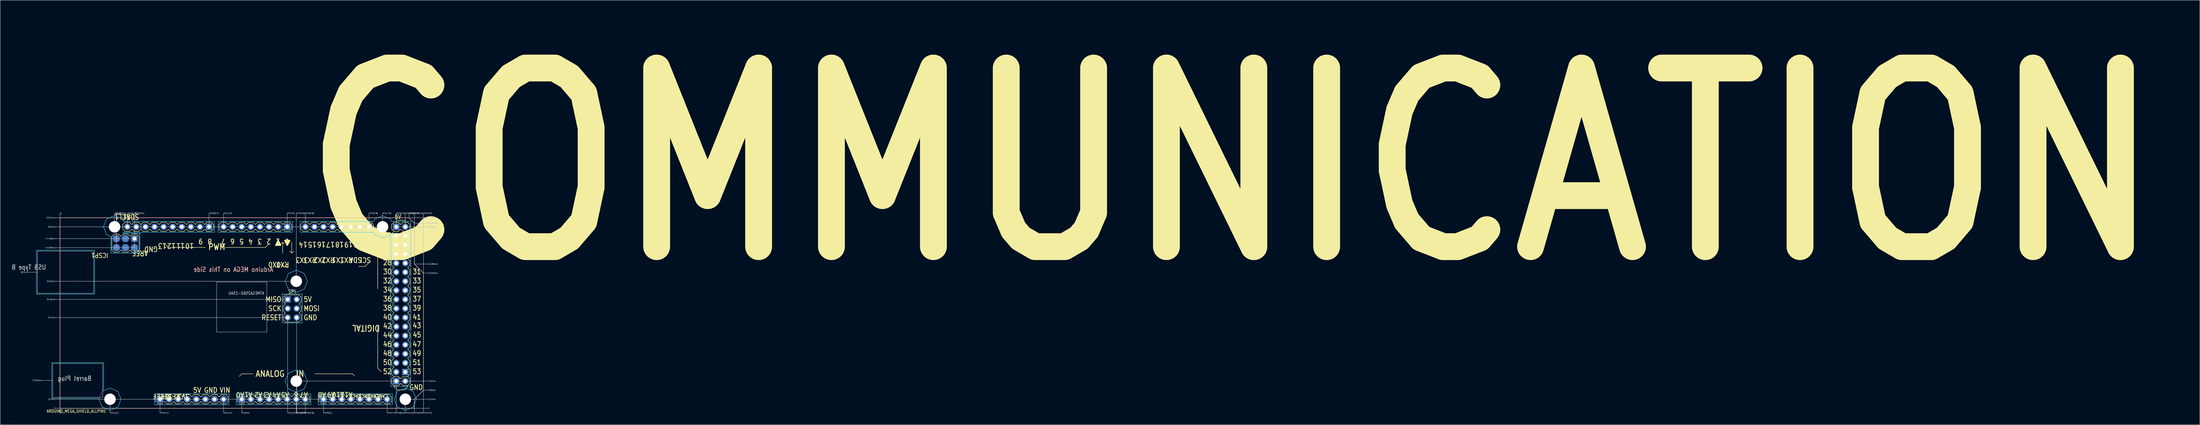
<source format=kicad_pcb>
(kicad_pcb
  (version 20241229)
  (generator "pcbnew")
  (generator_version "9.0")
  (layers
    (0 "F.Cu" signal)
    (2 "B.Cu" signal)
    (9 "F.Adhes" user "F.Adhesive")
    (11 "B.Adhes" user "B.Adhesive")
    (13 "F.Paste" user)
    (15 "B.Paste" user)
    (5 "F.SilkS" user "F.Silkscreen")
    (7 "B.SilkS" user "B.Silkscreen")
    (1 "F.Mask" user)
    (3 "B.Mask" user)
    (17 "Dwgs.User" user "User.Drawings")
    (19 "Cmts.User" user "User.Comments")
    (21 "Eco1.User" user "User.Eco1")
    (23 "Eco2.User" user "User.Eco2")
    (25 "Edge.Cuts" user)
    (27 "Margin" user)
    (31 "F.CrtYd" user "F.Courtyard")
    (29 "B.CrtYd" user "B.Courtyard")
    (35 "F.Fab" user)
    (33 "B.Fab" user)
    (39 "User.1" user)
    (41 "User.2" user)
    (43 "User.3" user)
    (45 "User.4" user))
  (footprint "ARDUINO_MEGA_SHIELD_ALLPINS"
    (layer "F.Cu")
    (at 13.73 111.235)
    (property "Reference" "ARDUINO_MEGA_SHIELD_ALLPINS" (at -3.81 1.27 0) (unlocked yes) (layer "F.SilkS") (effects (font (size 0.813 0.695) (thickness 0.122)) (justify left bottom)))
    (fp_circle (center 13.97 -2.54) (end 16.82 -2.54) (stroke (width 0) (type solid)) (fill yes) (layer "F.Mask"))
    (fp_circle (center 13.97 -2.54) (end 16.82 -2.54) (stroke (width 0) (type solid)) (fill yes) (layer "F.Mask"))
    (fp_circle (center 15.24 -50.8) (end 18.09 -50.8) (stroke (width 0) (type solid)) (fill yes) (layer "F.Mask"))
    (fp_circle (center 15.24 -50.8) (end 18.09 -50.8) (stroke (width 0) (type solid)) (fill yes) (layer "F.Mask"))
    (fp_circle (center 66.04 -35.56) (end 68.89 -35.56) (stroke (width 0) (type solid)) (fill yes) (layer "F.Mask"))
    (fp_circle (center 66.04 -35.56) (end 68.89 -35.56) (stroke (width 0) (type solid)) (fill yes) (layer "F.Mask"))
    (fp_circle (center 66.04 -7.62) (end 68.89 -7.62) (stroke (width 0) (type solid)) (fill yes) (layer "F.Mask"))
    (fp_circle (center 66.04 -7.62) (end 68.89 -7.62) (stroke (width 0) (type solid)) (fill yes) (layer "F.Mask"))
    (fp_circle (center 90.17 -50.8) (end 93.02 -50.8) (stroke (width 0) (type solid)) (fill yes) (layer "F.Mask"))
    (fp_circle (center 90.17 -50.8) (end 93.02 -50.8) (stroke (width 0) (type solid)) (fill yes) (layer "F.Mask"))
    (fp_circle (center 96.52 -2.54) (end 99.37 -2.54) (stroke (width 0) (type solid)) (fill yes) (layer "F.Mask"))
    (fp_circle (center 96.52 -2.54) (end 99.37 -2.54) (stroke (width 0) (type solid)) (fill yes) (layer "F.Mask"))
    (fp_circle (center 13.97 -2.54) (end 16.82 -2.54) (stroke (width 0) (type solid)) (fill yes) (layer "B.Mask"))
    (fp_circle (center 15.24 -50.8) (end 18.09 -50.8) (stroke (width 0) (type solid)) (fill yes) (layer "B.Mask"))
    (fp_circle (center 66.04 -35.56) (end 68.89 -35.56) (stroke (width 0) (type solid)) (fill yes) (layer "B.Mask"))
    (fp_circle (center 66.04 -7.62) (end 68.89 -7.62) (stroke (width 0) (type solid)) (fill yes) (layer "B.Mask"))
    (fp_circle (center 90.17 -50.8) (end 93.02 -50.8) (stroke (width 0) (type solid)) (fill yes) (layer "B.Mask"))
    (fp_circle (center 96.52 -2.54) (end 99.37 -2.54) (stroke (width 0) (type solid)) (fill yes) (layer "B.Mask"))
    (fp_line (start 0 -53.34) (end 97.536 -53.34) (stroke (width 0.127) (type solid)) (layer "F.SilkS"))
    (fp_line (start 0 0) (end 0 -53.34) (stroke (width 0.127) (type solid)) (layer "F.SilkS"))
    (fp_line (start 14.478 -48.133) (end 14.478 -44.323) (stroke (width 0.127) (type solid)) (layer "F.SilkS"))
    (fp_line (start 14.478 -44.323) (end 15.113 -43.688) (stroke (width 0.127) (type solid)) (layer "F.SilkS"))
    (fp_line (start 15.113 -48.768) (end 14.478 -48.133) (stroke (width 0.127) (type solid)) (layer "F.SilkS"))
    (fp_line (start 15.113 -43.688) (end 16.383 -43.688) (stroke (width 0.127) (type solid)) (layer "F.SilkS"))
    (fp_line (start 16.383 -48.768) (end 15.113 -48.768) (stroke (width 0.127) (type solid)) (layer "F.SilkS"))
    (fp_line (start 16.383 -43.688) (end 17.018 -44.323) (stroke (width 0.127) (type solid)) (layer "F.SilkS"))
    (fp_line (start 17.018 -48.133) (end 16.383 -48.768) (stroke (width 0.127) (type solid)) (layer "F.SilkS"))
    (fp_line (start 17.018 -44.323) (end 17.653 -43.688) (stroke (width 0.127) (type solid)) (layer "F.SilkS"))
    (fp_line (start 17.526 -51.435) (end 17.526 -50.165) (stroke (width 0.127) (type solid)) (layer "F.SilkS"))
    (fp_line (start 17.526 -50.165) (end 18.161 -49.53) (stroke (width 0.127) (type solid)) (layer "F.SilkS"))
    (fp_line (start 17.653 -48.768) (end 17.018 -48.133) (stroke (width 0.127) (type solid)) (layer "F.SilkS"))
    (fp_line (start 17.653 -43.688) (end 18.923 -43.688) (stroke (width 0.127) (type solid)) (layer "F.SilkS"))
    (fp_line (start 18.161 -52.07) (end 17.526 -51.435) (stroke (width 0.127) (type solid)) (layer "F.SilkS"))
    (fp_line (start 18.161 -49.53) (end 19.431 -49.53) (stroke (width 0.127) (type solid)) (layer "F.SilkS"))
    (fp_line (start 18.923 -48.768) (end 17.653 -48.768) (stroke (width 0.127) (type solid)) (layer "F.SilkS"))
    (fp_line (start 18.923 -43.688) (end 19.558 -44.323) (stroke (width 0.127) (type solid)) (layer "F.SilkS"))
    (fp_line (start 19.431 -52.07) (end 18.161 -52.07) (stroke (width 0.127) (type solid)) (layer "F.SilkS"))
    (fp_line (start 19.431 -49.53) (end 20.066 -50.165) (stroke (width 0.127) (type solid)) (layer "F.SilkS"))
    (fp_line (start 19.558 -48.133) (end 18.923 -48.768) (stroke (width 0.127) (type solid)) (layer "F.SilkS"))
    (fp_line (start 19.558 -44.323) (end 20.193 -43.688) (stroke (width 0.127) (type solid)) (layer "F.SilkS"))
    (fp_line (start 20.066 -51.435) (end 19.431 -52.07) (stroke (width 0.127) (type solid)) (layer "F.SilkS"))
    (fp_line (start 20.066 -50.165) (end 20.701 -49.53) (stroke (width 0.127) (type solid)) (layer "F.SilkS"))
    (fp_line (start 20.193 -48.768) (end 19.558 -48.133) (stroke (width 0.127) (type solid)) (layer "F.SilkS"))
    (fp_line (start 20.193 -43.688) (end 21.463 -43.688) (stroke (width 0.127) (type solid)) (layer "F.SilkS"))
    (fp_line (start 20.701 -52.07) (end 20.066 -51.435) (stroke (width 0.127) (type solid)) (layer "F.SilkS"))
    (fp_line (start 20.701 -49.53) (end 21.971 -49.53) (stroke (width 0.127) (type solid)) (layer "F.SilkS"))
    (fp_line (start 21.463 -48.768) (end 20.193 -48.768) (stroke (width 0.127) (type solid)) (layer "F.SilkS"))
    (fp_line (start 21.463 -43.688) (end 22.098 -44.323) (stroke (width 0.127) (type solid)) (layer "F.SilkS"))
    (fp_line (start 21.971 -52.07) (end 20.701 -52.07) (stroke (width 0.127) (type solid)) (layer "F.SilkS"))
    (fp_line (start 21.971 -49.53) (end 22.606 -50.165) (stroke (width 0.127) (type solid)) (layer "F.SilkS"))
    (fp_line (start 22.098 -48.133) (end 21.463 -48.768) (stroke (width 0.127) (type solid)) (layer "F.SilkS"))
    (fp_line (start 22.098 -44.323) (end 22.098 -48.133) (stroke (width 0.127) (type solid)) (layer "F.SilkS"))
    (fp_line (start 22.606 -51.435) (end 21.971 -52.07) (stroke (width 0.127) (type solid)) (layer "F.SilkS"))
    (fp_line (start 22.606 -51.435) (end 22.606 -50.165) (stroke (width 0.127) (type solid)) (layer "F.SilkS"))
    (fp_line (start 22.606 -50.165) (end 23.241 -49.53) (stroke (width 0.127) (type solid)) (layer "F.SilkS"))
    (fp_line (start 23.241 -52.07) (end 22.606 -51.435) (stroke (width 0.127) (type solid)) (layer "F.SilkS"))
    (fp_line (start 23.241 -49.53) (end 24.511 -49.53) (stroke (width 0.127) (type solid)) (layer "F.SilkS"))
    (fp_line (start 24.511 -52.07) (end 23.241 -52.07) (stroke (width 0.127) (type solid)) (layer "F.SilkS"))
    (fp_line (start 24.511 -49.53) (end 25.146 -50.165) (stroke (width 0.127) (type solid)) (layer "F.SilkS"))
    (fp_line (start 25.146 -51.435) (end 24.511 -52.07) (stroke (width 0.127) (type solid)) (layer "F.SilkS"))
    (fp_line (start 25.146 -50.165) (end 25.781 -49.53) (stroke (width 0.127) (type solid)) (layer "F.SilkS"))
    (fp_line (start 25.781 -52.07) (end 25.146 -51.435) (stroke (width 0.127) (type solid)) (layer "F.SilkS"))
    (fp_line (start 25.781 -49.53) (end 27.051 -49.53) (stroke (width 0.127) (type solid)) (layer "F.SilkS"))
    (fp_line (start 26.67 -3.175) (end 26.67 -1.905) (stroke (width 0.127) (type solid)) (layer "F.SilkS"))
    (fp_line (start 26.67 -1.905) (end 26.814 -1.761) (stroke (width 0.127) (type solid)) (layer "F.SilkS"))
    (fp_line (start 26.814 -3.319) (end 26.67 -3.175) (stroke (width 0.127) (type solid)) (layer "F.SilkS"))
    (fp_line (start 27.051 -52.07) (end 25.781 -52.07) (stroke (width 0.127) (type solid)) (layer "F.SilkS"))
    (fp_line (start 27.051 -49.53) (end 27.686 -50.165) (stroke (width 0.127) (type solid)) (layer "F.SilkS"))
    (fp_line (start 27.161 -1.414) (end 27.305 -1.27) (stroke (width 0.127) (type solid)) (layer "F.SilkS"))
    (fp_line (start 27.305 -3.81) (end 27.161 -3.666) (stroke (width 0.127) (type solid)) (layer "F.SilkS"))
    (fp_line (start 27.305 -3.81) (end 28.575 -3.81) (stroke (width 0.127) (type solid)) (layer "F.SilkS"))
    (fp_line (start 27.686 -51.435) (end 27.051 -52.07) (stroke (width 0.127) (type solid)) (layer "F.SilkS"))
    (fp_line (start 27.686 -50.165) (end 28.321 -49.53) (stroke (width 0.127) (type solid)) (layer "F.SilkS"))
    (fp_line (start 28.321 -52.07) (end 27.686 -51.435) (stroke (width 0.127) (type solid)) (layer "F.SilkS"))
    (fp_line (start 28.321 -49.53) (end 29.591 -49.53) (stroke (width 0.127) (type solid)) (layer "F.SilkS"))
    (fp_line (start 28.575 -3.81) (end 28.719 -3.666) (stroke (width 0.127) (type solid)) (layer "F.SilkS"))
    (fp_line (start 28.575 -1.27) (end 27.305 -1.27) (stroke (width 0.127) (type solid)) (layer "F.SilkS"))
    (fp_line (start 28.719 -1.414) (end 28.575 -1.27) (stroke (width 0.127) (type solid)) (layer "F.SilkS"))
    (fp_line (start 29.066 -3.319) (end 29.21 -3.175) (stroke (width 0.127) (type solid)) (layer "F.SilkS"))
    (fp_line (start 29.21 -3.175) (end 29.845 -3.81) (stroke (width 0.127) (type solid)) (layer "F.SilkS"))
    (fp_line (start 29.21 -1.905) (end 29.066 -1.761) (stroke (width 0.127) (type solid)) (layer "F.SilkS"))
    (fp_line (start 29.591 -52.07) (end 28.321 -52.07) (stroke (width 0.127) (type solid)) (layer "F.SilkS"))
    (fp_line (start 29.591 -49.53) (end 30.226 -50.165) (stroke (width 0.127) (type solid)) (layer "F.SilkS"))
    (fp_line (start 29.845 -3.81) (end 31.115 -3.81) (stroke (width 0.127) (type solid)) (layer "F.SilkS"))
    (fp_line (start 29.845 -1.27) (end 29.21 -1.905) (stroke (width 0.127) (type solid)) (layer "F.SilkS"))
    (fp_line (start 30.226 -51.435) (end 29.591 -52.07) (stroke (width 0.127) (type solid)) (layer "F.SilkS"))
    (fp_line (start 30.226 -50.165) (end 30.861 -49.53) (stroke (width 0.127) (type solid)) (layer "F.SilkS"))
    (fp_line (start 30.251 -45.034) (end 29.362 -45.923) (stroke (width 0.127) (type solid)) (layer "F.SilkS"))
    (fp_line (start 30.861 -52.07) (end 30.226 -51.435) (stroke (width 0.127) (type solid)) (layer "F.SilkS"))
    (fp_line (start 30.861 -49.53) (end 32.131 -49.53) (stroke (width 0.127) (type solid)) (layer "F.SilkS"))
    (fp_line (start 31.115 -3.81) (end 31.75 -3.175) (stroke (width 0.127) (type solid)) (layer "F.SilkS"))
    (fp_line (start 31.115 -1.27) (end 29.845 -1.27) (stroke (width 0.127) (type solid)) (layer "F.SilkS"))
    (fp_line (start 31.75 -3.175) (end 32.385 -3.81) (stroke (width 0.127) (type solid)) (layer "F.SilkS"))
    (fp_line (start 31.75 -1.905) (end 31.115 -1.27) (stroke (width 0.127) (type solid)) (layer "F.SilkS"))
    (fp_line (start 31.757 -1.918) (end 32.392 -1.283) (stroke (width 0.127) (type solid)) (layer "F.SilkS"))
    (fp_line (start 32.131 -52.07) (end 30.861 -52.07) (stroke (width 0.127) (type solid)) (layer "F.SilkS"))
    (fp_line (start 32.131 -49.53) (end 32.766 -50.165) (stroke (width 0.127) (type solid)) (layer "F.SilkS"))
    (fp_line (start 32.385 -1.27) (end 31.75 -1.905) (stroke (width 0.127) (type solid)) (layer "F.SilkS"))
    (fp_line (start 32.392 -3.823) (end 31.757 -3.188) (stroke (width 0.127) (type solid)) (layer "F.SilkS"))
    (fp_line (start 32.392 -3.823) (end 33.662 -3.823) (stroke (width 0.127) (type solid)) (layer "F.SilkS"))
    (fp_line (start 32.766 -51.435) (end 32.131 -52.07) (stroke (width 0.127) (type solid)) (layer "F.SilkS"))
    (fp_line (start 32.766 -50.165) (end 33.401 -49.53) (stroke (width 0.127) (type solid)) (layer "F.SilkS"))
    (fp_line (start 33.401 -52.07) (end 32.766 -51.435) (stroke (width 0.127) (type solid)) (layer "F.SilkS"))
    (fp_line (start 33.401 -49.53) (end 34.671 -49.53) (stroke (width 0.127) (type solid)) (layer "F.SilkS"))
    (fp_line (start 33.662 -3.823) (end 34.297 -3.188) (stroke (width 0.127) (type solid)) (layer "F.SilkS"))
    (fp_line (start 33.662 -1.283) (end 32.392 -1.283) (stroke (width 0.127) (type solid)) (layer "F.SilkS"))
    (fp_line (start 34.297 -3.188) (end 34.932 -3.823) (stroke (width 0.127) (type solid)) (layer "F.SilkS"))
    (fp_line (start 34.297 -1.918) (end 33.662 -1.283) (stroke (width 0.127) (type solid)) (layer "F.SilkS"))
    (fp_line (start 34.671 -52.07) (end 33.401 -52.07) (stroke (width 0.127) (type solid)) (layer "F.SilkS"))
    (fp_line (start 34.671 -49.53) (end 35.306 -50.165) (stroke (width 0.127) (type solid)) (layer "F.SilkS"))
    (fp_line (start 34.932 -3.823) (end 36.202 -3.823) (stroke (width 0.127) (type solid)) (layer "F.SilkS"))
    (fp_line (start 34.932 -1.283) (end 34.297 -1.918) (stroke (width 0.127) (type solid)) (layer "F.SilkS"))
    (fp_line (start 35.306 -51.435) (end 34.671 -52.07) (stroke (width 0.127) (type solid)) (layer "F.SilkS"))
    (fp_line (start 35.306 -50.165) (end 35.941 -49.53) (stroke (width 0.127) (type solid)) (layer "F.SilkS"))
    (fp_line (start 35.941 -52.07) (end 35.306 -51.435) (stroke (width 0.127) (type solid)) (layer "F.SilkS"))
    (fp_line (start 35.941 -49.53) (end 37.211 -49.53) (stroke (width 0.127) (type solid)) (layer "F.SilkS"))
    (fp_line (start 36.202 -3.823) (end 36.837 -3.188) (stroke (width 0.127) (type solid)) (layer "F.SilkS"))
    (fp_line (start 36.202 -1.283) (end 34.932 -1.283) (stroke (width 0.127) (type solid)) (layer "F.SilkS"))
    (fp_line (start 36.837 -3.188) (end 37.472 -3.823) (stroke (width 0.127) (type solid)) (layer "F.SilkS"))
    (fp_line (start 36.837 -1.918) (end 36.202 -1.283) (stroke (width 0.127) (type solid)) (layer "F.SilkS"))
    (fp_line (start 37.211 -52.07) (end 35.941 -52.07) (stroke (width 0.127) (type solid)) (layer "F.SilkS"))
    (fp_line (start 37.211 -49.53) (end 37.846 -50.165) (stroke (width 0.127) (type solid)) (layer "F.SilkS"))
    (fp_line (start 37.472 -3.823) (end 38.742 -3.823) (stroke (width 0.127) (type solid)) (layer "F.SilkS"))
    (fp_line (start 37.472 -1.283) (end 36.837 -1.918) (stroke (width 0.127) (type solid)) (layer "F.SilkS"))
    (fp_line (start 37.846 -51.435) (end 37.211 -52.07) (stroke (width 0.127) (type solid)) (layer "F.SilkS"))
    (fp_line (start 37.846 -50.165) (end 38.481 -49.53) (stroke (width 0.127) (type solid)) (layer "F.SilkS"))
    (fp_line (start 38.481 -52.07) (end 37.846 -51.435) (stroke (width 0.127) (type solid)) (layer "F.SilkS"))
    (fp_line (start 38.481 -49.53) (end 39.751 -49.53) (stroke (width 0.127) (type solid)) (layer "F.SilkS"))
    (fp_line (start 38.742 -3.823) (end 39.377 -3.188) (stroke (width 0.127) (type solid)) (layer "F.SilkS"))
    (fp_line (start 38.742 -1.283) (end 37.472 -1.283) (stroke (width 0.127) (type solid)) (layer "F.SilkS"))
    (fp_line (start 39.377 -1.918) (end 38.742 -1.283) (stroke (width 0.127) (type solid)) (layer "F.SilkS"))
    (fp_line (start 39.377 -1.918) (end 40.012 -1.283) (stroke (width 0.127) (type solid)) (layer "F.SilkS"))
    (fp_line (start 39.751 -52.07) (end 38.481 -52.07) (stroke (width 0.127) (type solid)) (layer "F.SilkS"))
    (fp_line (start 39.751 -49.53) (end 40.386 -50.165) (stroke (width 0.127) (type solid)) (layer "F.SilkS"))
    (fp_line (start 40.012 -3.823) (end 39.377 -3.188) (stroke (width 0.127) (type solid)) (layer "F.SilkS"))
    (fp_line (start 40.012 -3.823) (end 41.282 -3.823) (stroke (width 0.127) (type solid)) (layer "F.SilkS"))
    (fp_line (start 40.386 -51.435) (end 39.751 -52.07) (stroke (width 0.127) (type solid)) (layer "F.SilkS"))
    (fp_line (start 40.386 -50.165) (end 41.021 -49.53) (stroke (width 0.127) (type solid)) (layer "F.SilkS"))
    (fp_line (start 40.665 -45.034) (end 30.251 -45.034) (stroke (width 0.127) (type solid)) (layer "F.SilkS"))
    (fp_line (start 41.021 -52.07) (end 40.386 -51.435) (stroke (width 0.127) (type solid)) (layer "F.SilkS"))
    (fp_line (start 41.021 -49.53) (end 42.291 -49.53) (stroke (width 0.127) (type solid)) (layer "F.SilkS"))
    (fp_line (start 41.282 -3.823) (end 41.917 -3.188) (stroke (width 0.127) (type solid)) (layer "F.SilkS"))
    (fp_line (start 41.282 -1.283) (end 40.012 -1.283) (stroke (width 0.127) (type solid)) (layer "F.SilkS"))
    (fp_line (start 41.917 -3.188) (end 42.552 -3.823) (stroke (width 0.127) (type solid)) (layer "F.SilkS"))
    (fp_line (start 41.917 -1.918) (end 41.282 -1.283) (stroke (width 0.127) (type solid)) (layer "F.SilkS"))
    (fp_line (start 42.291 -52.07) (end 41.021 -52.07) (stroke (width 0.127) (type solid)) (layer "F.SilkS"))
    (fp_line (start 42.291 -49.53) (end 42.926 -50.165) (stroke (width 0.127) (type solid)) (layer "F.SilkS"))
    (fp_line (start 42.552 -3.823) (end 43.822 -3.823) (stroke (width 0.127) (type solid)) (layer "F.SilkS"))
    (fp_line (start 42.552 -1.283) (end 41.917 -1.918) (stroke (width 0.127) (type solid)) (layer "F.SilkS"))
    (fp_line (start 42.926 -51.435) (end 42.291 -52.07) (stroke (width 0.127) (type solid)) (layer "F.SilkS"))
    (fp_line (start 42.926 -50.165) (end 42.926 -51.435) (stroke (width 0.127) (type solid)) (layer "F.SilkS"))
    (fp_line (start 43.822 -3.823) (end 44.457 -3.188) (stroke (width 0.127) (type solid)) (layer "F.SilkS"))
    (fp_line (start 43.822 -1.283) (end 42.552 -1.283) (stroke (width 0.127) (type solid)) (layer "F.SilkS"))
    (fp_line (start 44.45 -51.435) (end 44.45 -50.165) (stroke (width 0.127) (type solid)) (layer "F.SilkS"))
    (fp_line (start 44.45 -50.165) (end 45.085 -49.53) (stroke (width 0.127) (type solid)) (layer "F.SilkS"))
    (fp_line (start 44.457 -3.188) (end 45.092 -3.823) (stroke (width 0.127) (type solid)) (layer "F.SilkS"))
    (fp_line (start 44.457 -1.918) (end 43.822 -1.283) (stroke (width 0.127) (type solid)) (layer "F.SilkS"))
    (fp_line (start 45.085 -52.07) (end 44.45 -51.435) (stroke (width 0.127) (type solid)) (layer "F.SilkS"))
    (fp_line (start 45.085 -49.53) (end 46.355 -49.53) (stroke (width 0.127) (type solid)) (layer "F.SilkS"))
    (fp_line (start 45.092 -3.823) (end 46.362 -3.823) (stroke (width 0.127) (type solid)) (layer "F.SilkS"))
    (fp_line (start 45.092 -1.283) (end 44.457 -1.918) (stroke (width 0.127) (type solid)) (layer "F.SilkS"))
    (fp_line (start 46.253 -45.034) (end 57.429 -45.034) (stroke (width 0.127) (type solid)) (layer "F.SilkS"))
    (fp_line (start 46.355 -52.07) (end 45.085 -52.07) (stroke (width 0.127) (type solid)) (layer "F.SilkS"))
    (fp_line (start 46.355 -49.53) (end 46.99 -50.165) (stroke (width 0.127) (type solid)) (layer "F.SilkS"))
    (fp_line (start 46.362 -3.823) (end 46.997 -3.188) (stroke (width 0.127) (type solid)) (layer "F.SilkS"))
    (fp_line (start 46.362 -1.283) (end 45.092 -1.283) (stroke (width 0.127) (type solid)) (layer "F.SilkS"))
    (fp_line (start 46.99 -51.435) (end 46.355 -52.07) (stroke (width 0.127) (type solid)) (layer "F.SilkS"))
    (fp_line (start 46.99 -50.165) (end 47.625 -49.53) (stroke (width 0.127) (type solid)) (layer "F.SilkS"))
    (fp_line (start 46.997 -3.188) (end 46.997 -1.918) (stroke (width 0.127) (type solid)) (layer "F.SilkS"))
    (fp_line (start 46.997 -1.918) (end 46.362 -1.283) (stroke (width 0.127) (type solid)) (layer "F.SilkS"))
    (fp_line (start 47.625 -52.07) (end 46.99 -51.435) (stroke (width 0.127) (type solid)) (layer "F.SilkS"))
    (fp_line (start 47.625 -49.53) (end 48.895 -49.53) (stroke (width 0.127) (type solid)) (layer "F.SilkS"))
    (fp_line (start 48.895 -52.07) (end 47.625 -52.07) (stroke (width 0.127) (type solid)) (layer "F.SilkS"))
    (fp_line (start 48.895 -49.53) (end 49.53 -50.165) (stroke (width 0.127) (type solid)) (layer "F.SilkS"))
    (fp_line (start 49.53 -51.435) (end 48.895 -52.07) (stroke (width 0.127) (type solid)) (layer "F.SilkS"))
    (fp_line (start 49.53 -50.165) (end 50.165 -49.53) (stroke (width 0.127) (type solid)) (layer "F.SilkS"))
    (fp_line (start 49.53 -3.188) (end 49.53 -1.918) (stroke (width 0.127) (type solid)) (layer "F.SilkS"))
    (fp_line (start 49.53 -1.918) (end 49.674 -1.774) (stroke (width 0.127) (type solid)) (layer "F.SilkS"))
    (fp_line (start 49.674 -3.332) (end 49.53 -3.188) (stroke (width 0.127) (type solid)) (layer "F.SilkS"))
    (fp_line (start 50.034 -1.414) (end 50.165 -1.283) (stroke (width 0.127) (type solid)) (layer "F.SilkS"))
    (fp_line (start 50.165 -52.07) (end 49.53 -51.435) (stroke (width 0.127) (type solid)) (layer "F.SilkS"))
    (fp_line (start 50.165 -49.53) (end 51.435 -49.53) (stroke (width 0.127) (type solid)) (layer "F.SilkS"))
    (fp_line (start 50.165 -3.823) (end 50.008 -3.666) (stroke (width 0.127) (type solid)) (layer "F.SilkS"))
    (fp_line (start 50.165 -3.823) (end 51.435 -3.823) (stroke (width 0.127) (type solid)) (layer "F.SilkS"))
    (fp_line (start 50.825 -9.652) (end 50.114 -8.941) (stroke (width 0.127) (type solid)) (layer "F.SilkS"))
    (fp_line (start 51.435 -52.07) (end 50.165 -52.07) (stroke (width 0.127) (type solid)) (layer "F.SilkS"))
    (fp_line (start 51.435 -49.53) (end 52.07 -50.165) (stroke (width 0.127) (type solid)) (layer "F.SilkS"))
    (fp_line (start 51.435 -3.823) (end 51.592 -3.666) (stroke (width 0.127) (type solid)) (layer "F.SilkS"))
    (fp_line (start 51.435 -1.283) (end 50.165 -1.283) (stroke (width 0.127) (type solid)) (layer "F.SilkS"))
    (fp_line (start 51.566 -1.414) (end 51.435 -1.283) (stroke (width 0.127) (type solid)) (layer "F.SilkS"))
    (fp_line (start 51.926 -3.332) (end 52.07 -3.188) (stroke (width 0.127) (type solid)) (layer "F.SilkS"))
    (fp_line (start 52.07 -51.435) (end 51.435 -52.07) (stroke (width 0.127) (type solid)) (layer "F.SilkS"))
    (fp_line (start 52.07 -50.165) (end 52.705 -49.53) (stroke (width 0.127) (type solid)) (layer "F.SilkS"))
    (fp_line (start 52.07 -3.188) (end 52.705 -3.823) (stroke (width 0.127) (type solid)) (layer "F.SilkS"))
    (fp_line (start 52.07 -1.918) (end 51.926 -1.774) (stroke (width 0.127) (type solid)) (layer "F.SilkS"))
    (fp_line (start 52.705 -52.07) (end 52.07 -51.435) (stroke (width 0.127) (type solid)) (layer "F.SilkS"))
    (fp_line (start 52.705 -49.53) (end 53.975 -49.53) (stroke (width 0.127) (type solid)) (layer "F.SilkS"))
    (fp_line (start 52.705 -3.823) (end 53.975 -3.823) (stroke (width 0.127) (type solid)) (layer "F.SilkS"))
    (fp_line (start 52.705 -1.283) (end 52.07 -1.918) (stroke (width 0.127) (type solid)) (layer "F.SilkS"))
    (fp_line (start 53.873 -9.652) (end 50.825 -9.652) (stroke (width 0.127) (type solid)) (layer "F.SilkS"))
    (fp_line (start 53.975 -52.07) (end 52.705 -52.07) (stroke (width 0.127) (type solid)) (layer "F.SilkS"))
    (fp_line (start 53.975 -49.53) (end 54.61 -50.165) (stroke (width 0.127) (type solid)) (layer "F.SilkS"))
    (fp_line (start 53.975 -3.823) (end 54.61 -3.188) (stroke (width 0.127) (type solid)) (layer "F.SilkS"))
    (fp_line (start 53.975 -1.283) (end 52.705 -1.283) (stroke (width 0.127) (type solid)) (layer "F.SilkS"))
    (fp_line (start 54.61 -51.435) (end 53.975 -52.07) (stroke (width 0.127) (type solid)) (layer "F.SilkS"))
    (fp_line (start 54.61 -50.165) (end 55.245 -49.53) (stroke (width 0.127) (type solid)) (layer "F.SilkS"))
    (fp_line (start 54.61 -3.188) (end 55.245 -3.823) (stroke (width 0.127) (type solid)) (layer "F.SilkS"))
    (fp_line (start 54.61 -1.918) (end 53.975 -1.283) (stroke (width 0.127) (type solid)) (layer "F.SilkS"))
    (fp_line (start 55.245 -52.07) (end 54.61 -51.435) (stroke (width 0.127) (type solid)) (layer "F.SilkS"))
    (fp_line (start 55.245 -49.53) (end 56.515 -49.53) (stroke (width 0.127) (type solid)) (layer "F.SilkS"))
    (fp_line (start 55.245 -3.823) (end 56.515 -3.823) (stroke (width 0.127) (type solid)) (layer "F.SilkS"))
    (fp_line (start 55.245 -1.283) (end 54.61 -1.918) (stroke (width 0.127) (type solid)) (layer "F.SilkS"))
    (fp_line (start 56.515 -52.07) (end 55.245 -52.07) (stroke (width 0.127) (type solid)) (layer "F.SilkS"))
    (fp_line (start 56.515 -49.53) (end 57.15 -50.165) (stroke (width 0.127) (type solid)) (layer "F.SilkS"))
    (fp_line (start 56.515 -3.823) (end 57.15 -3.188) (stroke (width 0.127) (type solid)) (layer "F.SilkS"))
    (fp_line (start 56.515 -1.283) (end 55.245 -1.283) (stroke (width 0.127) (type solid)) (layer "F.SilkS"))
    (fp_line (start 57.15 -51.435) (end 56.515 -52.07) (stroke (width 0.127) (type solid)) (layer "F.SilkS"))
    (fp_line (start 57.15 -50.165) (end 57.785 -49.53) (stroke (width 0.127) (type solid)) (layer "F.SilkS"))
    (fp_line (start 57.15 -1.918) (end 56.515 -1.283) (stroke (width 0.127) (type solid)) (layer "F.SilkS"))
    (fp_line (start 57.15 -1.918) (end 57.785 -1.283) (stroke (width 0.127) (type solid)) (layer "F.SilkS"))
    (fp_line (start 57.429 -45.034) (end 58.445 -46.05) (stroke (width 0.127) (type solid)) (layer "F.SilkS"))
    (fp_line (start 57.785 -52.07) (end 57.15 -51.435) (stroke (width 0.127) (type solid)) (layer "F.SilkS"))
    (fp_line (start 57.785 -49.53) (end 59.055 -49.53) (stroke (width 0.127) (type solid)) (layer "F.SilkS"))
    (fp_line (start 57.785 -3.823) (end 57.15 -3.188) (stroke (width 0.127) (type solid)) (layer "F.SilkS"))
    (fp_line (start 57.785 -3.823) (end 59.055 -3.823) (stroke (width 0.127) (type solid)) (layer "F.SilkS"))
    (fp_line (start 59.055 -52.07) (end 57.785 -52.07) (stroke (width 0.127) (type solid)) (layer "F.SilkS"))
    (fp_line (start 59.055 -49.53) (end 59.69 -50.165) (stroke (width 0.127) (type solid)) (layer "F.SilkS"))
    (fp_line (start 59.055 -3.823) (end 59.69 -3.188) (stroke (width 0.127) (type solid)) (layer "F.SilkS"))
    (fp_line (start 59.055 -1.283) (end 57.785 -1.283) (stroke (width 0.127) (type solid)) (layer "F.SilkS"))
    (fp_line (start 59.69 -51.435) (end 59.055 -52.07) (stroke (width 0.127) (type solid)) (layer "F.SilkS"))
    (fp_line (start 59.69 -50.165) (end 60.325 -49.53) (stroke (width 0.127) (type solid)) (layer "F.SilkS"))
    (fp_line (start 59.69 -3.188) (end 60.325 -3.823) (stroke (width 0.127) (type solid)) (layer "F.SilkS"))
    (fp_line (start 59.69 -1.918) (end 59.055 -1.283) (stroke (width 0.127) (type solid)) (layer "F.SilkS"))
    (fp_line (start 60.325 -52.07) (end 59.69 -51.435) (stroke (width 0.127) (type solid)) (layer "F.SilkS"))
    (fp_line (start 60.325 -49.53) (end 61.595 -49.53) (stroke (width 0.127) (type solid)) (layer "F.SilkS"))
    (fp_line (start 60.325 -3.823) (end 61.595 -3.823) (stroke (width 0.127) (type solid)) (layer "F.SilkS"))
    (fp_line (start 60.325 -1.283) (end 59.69 -1.918) (stroke (width 0.127) (type solid)) (layer "F.SilkS"))
    (fp_line (start 60.35 -45.669) (end 60.985 -46.939) (stroke (width 0.406) (type solid)) (layer "F.SilkS"))
    (fp_line (start 60.35 -45.669) (end 60.985 -46.304) (stroke (width 0.406) (type solid)) (layer "F.SilkS"))
    (fp_line (start 60.985 -46.939) (end 61.62 -45.669) (stroke (width 0.406) (type solid)) (layer "F.SilkS"))
    (fp_line (start 60.985 -46.304) (end 60.985 -45.669) (stroke (width 0.406) (type solid)) (layer "F.SilkS"))
    (fp_line (start 60.985 -45.669) (end 60.35 -45.669) (stroke (width 0.406) (type solid)) (layer "F.SilkS"))
    (fp_line (start 60.985 -45.669) (end 61.62 -45.669) (stroke (width 0.406) (type solid)) (layer "F.SilkS"))
    (fp_line (start 61.112 -40.843) (end 62.255 -39.7) (stroke (width 0.127) (type solid)) (layer "F.SilkS"))
    (fp_line (start 61.595 -52.07) (end 60.325 -52.07) (stroke (width 0.127) (type solid)) (layer "F.SilkS"))
    (fp_line (start 61.595 -49.53) (end 62.23 -50.165) (stroke (width 0.127) (type solid)) (layer "F.SilkS"))
    (fp_line (start 61.595 -3.823) (end 62.23 -3.188) (stroke (width 0.127) (type solid)) (layer "F.SilkS"))
    (fp_line (start 61.595 -1.283) (end 60.325 -1.283) (stroke (width 0.127) (type solid)) (layer "F.SilkS"))
    (fp_line (start 61.62 -45.669) (end 60.985 -46.304) (stroke (width 0.406) (type solid)) (layer "F.SilkS"))
    (fp_line (start 62.23 -51.435) (end 61.595 -52.07) (stroke (width 0.127) (type solid)) (layer "F.SilkS"))
    (fp_line (start 62.23 -50.165) (end 62.865 -49.53) (stroke (width 0.127) (type solid)) (layer "F.SilkS"))
    (fp_line (start 62.23 -46.482) (end 61.722 -45.974) (stroke (width 0.127) (type solid)) (layer "F.SilkS"))
    (fp_line (start 62.23 -46.482) (end 62.738 -45.974) (stroke (width 0.127) (type solid)) (layer "F.SilkS"))
    (fp_line (start 62.23 -43.434) (end 62.23 -46.482) (stroke (width 0.127) (type solid)) (layer "F.SilkS"))
    (fp_line (start 62.23 -3.188) (end 62.865 -3.823) (stroke (width 0.127) (type solid)) (layer "F.SilkS"))
    (fp_line (start 62.23 -1.918) (end 61.595 -1.283) (stroke (width 0.127) (type solid)) (layer "F.SilkS"))
    (fp_line (start 62.255 -39.7) (end 63.525 -39.7) (stroke (width 0.127) (type solid)) (layer "F.SilkS"))
    (fp_line (start 62.357 -31.115) (end 62.357 -29.845) (stroke (width 0.127) (type solid)) (layer "F.SilkS"))
    (fp_line (start 62.357 -29.845) (end 62.992 -29.21) (stroke (width 0.127) (type solid)) (layer "F.SilkS"))
    (fp_line (start 62.357 -28.575) (end 62.357 -27.305) (stroke (width 0.127) (type solid)) (layer "F.SilkS"))
    (fp_line (start 62.357 -27.305) (end 62.992 -26.67) (stroke (width 0.127) (type solid)) (layer "F.SilkS"))
    (fp_line (start 62.357 -26.035) (end 62.357 -24.765) (stroke (width 0.127) (type solid)) (layer "F.SilkS"))
    (fp_line (start 62.357 -24.765) (end 62.992 -24.13) (stroke (width 0.127) (type solid)) (layer "F.SilkS"))
    (fp_line (start 62.865 -52.07) (end 62.23 -51.435) (stroke (width 0.127) (type solid)) (layer "F.SilkS"))
    (fp_line (start 62.865 -49.53) (end 64.135 -49.53) (stroke (width 0.127) (type solid)) (layer "F.SilkS"))
    (fp_line (start 62.865 -3.823) (end 64.135 -3.823) (stroke (width 0.127) (type solid)) (layer "F.SilkS"))
    (fp_line (start 62.865 -1.283) (end 62.23 -1.918) (stroke (width 0.127) (type solid)) (layer "F.SilkS"))
    (fp_line (start 62.89 -46.939) (end 63.525 -46.939) (stroke (width 0.406) (type solid)) (layer "F.SilkS"))
    (fp_line (start 62.89 -46.939) (end 63.525 -46.304) (stroke (width 0.406) (type solid)) (layer "F.SilkS"))
    (fp_line (start 62.992 -31.75) (end 62.357 -31.115) (stroke (width 0.127) (type solid)) (layer "F.SilkS"))
    (fp_line (start 62.992 -29.21) (end 62.357 -28.575) (stroke (width 0.127) (type solid)) (layer "F.SilkS"))
    (fp_line (start 62.992 -26.67) (end 62.357 -26.035) (stroke (width 0.127) (type solid)) (layer "F.SilkS"))
    (fp_line (start 62.992 -24.13) (end 66.802 -24.13) (stroke (width 0.127) (type solid)) (layer "F.SilkS"))
    (fp_line (start 63.525 -46.939) (end 63.525 -46.304) (stroke (width 0.406) (type solid)) (layer "F.SilkS"))
    (fp_line (start 63.525 -46.304) (end 64.16 -46.939) (stroke (width 0.406) (type solid)) (layer "F.SilkS"))
    (fp_line (start 63.525 -45.669) (end 62.89 -46.939) (stroke (width 0.406) (type solid)) (layer "F.SilkS"))
    (fp_line (start 64.135 -52.07) (end 62.865 -52.07) (stroke (width 0.127) (type solid)) (layer "F.SilkS"))
    (fp_line (start 64.135 -49.53) (end 64.77 -50.165) (stroke (width 0.127) (type solid)) (layer "F.SilkS"))
    (fp_line (start 64.135 -3.823) (end 64.77 -3.188) (stroke (width 0.127) (type solid)) (layer "F.SilkS"))
    (fp_line (start 64.135 -1.283) (end 62.865 -1.283) (stroke (width 0.127) (type solid)) (layer "F.SilkS"))
    (fp_line (start 64.16 -46.939) (end 63.525 -46.939) (stroke (width 0.406) (type solid)) (layer "F.SilkS"))
    (fp_line (start 64.16 -46.939) (end 63.525 -45.669) (stroke (width 0.406) (type solid)) (layer "F.SilkS"))
    (fp_line (start 64.77 -51.435) (end 64.135 -52.07) (stroke (width 0.127) (type solid)) (layer "F.SilkS"))
    (fp_line (start 64.77 -50.165) (end 64.77 -51.435) (stroke (width 0.127) (type solid)) (layer "F.SilkS"))
    (fp_line (start 64.77 -46.482) (end 64.77 -43.434) (stroke (width 0.127) (type solid)) (layer "F.SilkS"))
    (fp_line (start 64.77 -43.434) (end 64.262 -43.942) (stroke (width 0.127) (type solid)) (layer "F.SilkS"))
    (fp_line (start 64.77 -43.434) (end 65.278 -43.942) (stroke (width 0.127) (type solid)) (layer "F.SilkS"))
    (fp_line (start 64.77 -1.918) (end 64.135 -1.283) (stroke (width 0.127) (type solid)) (layer "F.SilkS"))
    (fp_line (start 64.77 -1.918) (end 65.405 -1.283) (stroke (width 0.127) (type solid)) (layer "F.SilkS"))
    (fp_line (start 65.405 -3.823) (end 64.77 -3.188) (stroke (width 0.127) (type solid)) (layer "F.SilkS"))
    (fp_line (start 65.405 -3.823) (end 66.675 -3.823) (stroke (width 0.127) (type solid)) (layer "F.SilkS"))
    (fp_line (start 66.675 -3.823) (end 67.31 -3.188) (stroke (width 0.127) (type solid)) (layer "F.SilkS"))
    (fp_line (start 66.675 -1.283) (end 65.405 -1.283) (stroke (width 0.127) (type solid)) (layer "F.SilkS"))
    (fp_line (start 66.802 -31.75) (end 62.992 -31.75) (stroke (width 0.127) (type solid)) (layer "F.SilkS"))
    (fp_line (start 66.802 -29.21) (end 67.437 -29.845) (stroke (width 0.127) (type solid)) (layer "F.SilkS"))
    (fp_line (start 66.802 -26.67) (end 67.437 -27.305) (stroke (width 0.127) (type solid)) (layer "F.SilkS"))
    (fp_line (start 66.802 -24.13) (end 67.437 -24.765) (stroke (width 0.127) (type solid)) (layer "F.SilkS"))
    (fp_line (start 67.31 -51.435) (end 67.31 -50.165) (stroke (width 0.127) (type solid)) (layer "F.SilkS"))
    (fp_line (start 67.31 -50.165) (end 67.945 -49.53) (stroke (width 0.127) (type solid)) (layer "F.SilkS"))
    (fp_line (start 67.31 -1.918) (end 66.675 -1.283) (stroke (width 0.127) (type solid)) (layer "F.SilkS"))
    (fp_line (start 67.31 -1.918) (end 67.945 -1.283) (stroke (width 0.127) (type solid)) (layer "F.SilkS"))
    (fp_line (start 67.437 -31.115) (end 66.802 -31.75) (stroke (width 0.127) (type solid)) (layer "F.SilkS"))
    (fp_line (start 67.437 -29.845) (end 67.437 -31.115) (stroke (width 0.127) (type solid)) (layer "F.SilkS"))
    (fp_line (start 67.437 -28.575) (end 66.802 -29.21) (stroke (width 0.127) (type solid)) (layer "F.SilkS"))
    (fp_line (start 67.437 -27.305) (end 67.437 -28.575) (stroke (width 0.127) (type solid)) (layer "F.SilkS"))
    (fp_line (start 67.437 -26.035) (end 66.802 -26.67) (stroke (width 0.127) (type solid)) (layer "F.SilkS"))
    (fp_line (start 67.437 -24.765) (end 67.437 -26.035) (stroke (width 0.127) (type solid)) (layer "F.SilkS"))
    (fp_line (start 67.945 -52.07) (end 67.31 -51.435) (stroke (width 0.127) (type solid)) (layer "F.SilkS"))
    (fp_line (start 67.945 -49.53) (end 69.215 -49.53) (stroke (width 0.127) (type solid)) (layer "F.SilkS"))
    (fp_line (start 67.945 -3.823) (end 67.31 -3.188) (stroke (width 0.127) (type solid)) (layer "F.SilkS"))
    (fp_line (start 67.945 -3.823) (end 69.215 -3.823) (stroke (width 0.127) (type solid)) (layer "F.SilkS"))
    (fp_line (start 69.215 -52.07) (end 67.945 -52.07) (stroke (width 0.127) (type solid)) (layer "F.SilkS"))
    (fp_line (start 69.215 -49.53) (end 69.85 -50.165) (stroke (width 0.127) (type solid)) (layer "F.SilkS"))
    (fp_line (start 69.215 -3.823) (end 69.85 -3.188) (stroke (width 0.127) (type solid)) (layer "F.SilkS"))
    (fp_line (start 69.215 -1.283) (end 67.945 -1.283) (stroke (width 0.127) (type solid)) (layer "F.SilkS"))
    (fp_line (start 69.85 -51.435) (end 69.215 -52.07) (stroke (width 0.127) (type solid)) (layer "F.SilkS"))
    (fp_line (start 69.85 -50.165) (end 70.485 -49.53) (stroke (width 0.127) (type solid)) (layer "F.SilkS"))
    (fp_line (start 69.85 -3.188) (end 69.85 -1.918) (stroke (width 0.127) (type solid)) (layer "F.SilkS"))
    (fp_line (start 69.85 -1.918) (end 69.215 -1.283) (stroke (width 0.127) (type solid)) (layer "F.SilkS"))
    (fp_line (start 70.485 -52.07) (end 69.85 -51.435) (stroke (width 0.127) (type solid)) (layer "F.SilkS"))
    (fp_line (start 70.485 -49.53) (end 71.755 -49.53) (stroke (width 0.127) (type solid)) (layer "F.SilkS"))
    (fp_line (start 71.222 -9.652) (end 81.712 -9.652) (stroke (width 0.127) (type solid)) (layer "F.SilkS"))
    (fp_line (start 71.755 -52.07) (end 70.485 -52.07) (stroke (width 0.127) (type solid)) (layer "F.SilkS"))
    (fp_line (start 71.755 -49.53) (end 72.39 -50.165) (stroke (width 0.127) (type solid)) (layer "F.SilkS"))
    (fp_line (start 72.39 -51.435) (end 71.755 -52.07) (stroke (width 0.127) (type solid)) (layer "F.SilkS"))
    (fp_line (start 72.39 -50.165) (end 73.025 -49.53) (stroke (width 0.127) (type solid)) (layer "F.SilkS"))
    (fp_line (start 72.39 -3.188) (end 72.39 -1.918) (stroke (width 0.127) (type solid)) (layer "F.SilkS"))
    (fp_line (start 72.39 -1.918) (end 72.534 -1.774) (stroke (width 0.127) (type solid)) (layer "F.SilkS"))
    (fp_line (start 72.534 -3.332) (end 72.39 -3.188) (stroke (width 0.127) (type solid)) (layer "F.SilkS"))
    (fp_line (start 72.894 -1.414) (end 73.025 -1.283) (stroke (width 0.127) (type solid)) (layer "F.SilkS"))
    (fp_line (start 73.025 -52.07) (end 72.39 -51.435) (stroke (width 0.127) (type solid)) (layer "F.SilkS"))
    (fp_line (start 73.025 -49.53) (end 74.295 -49.53) (stroke (width 0.127) (type solid)) (layer "F.SilkS"))
    (fp_line (start 73.025 -3.823) (end 72.868 -3.666) (stroke (width 0.127) (type solid)) (layer "F.SilkS"))
    (fp_line (start 73.025 -3.823) (end 74.295 -3.823) (stroke (width 0.127) (type solid)) (layer "F.SilkS"))
    (fp_line (start 74.295 -52.07) (end 73.025 -52.07) (stroke (width 0.127) (type solid)) (layer "F.SilkS"))
    (fp_line (start 74.295 -49.53) (end 74.93 -50.165) (stroke (width 0.127) (type solid)) (layer "F.SilkS"))
    (fp_line (start 74.295 -3.823) (end 74.452 -3.666) (stroke (width 0.127) (type solid)) (layer "F.SilkS"))
    (fp_line (start 74.295 -1.283) (end 73.025 -1.283) (stroke (width 0.127) (type solid)) (layer "F.SilkS"))
    (fp_line (start 74.426 -1.414) (end 74.295 -1.283) (stroke (width 0.127) (type solid)) (layer "F.SilkS"))
    (fp_line (start 74.786 -3.332) (end 74.93 -3.188) (stroke (width 0.127) (type solid)) (layer "F.SilkS"))
    (fp_line (start 74.93 -51.435) (end 74.295 -52.07) (stroke (width 0.127) (type solid)) (layer "F.SilkS"))
    (fp_line (start 74.93 -50.165) (end 75.565 -49.53) (stroke (width 0.127) (type solid)) (layer "F.SilkS"))
    (fp_line (start 74.93 -3.188) (end 75.565 -3.823) (stroke (width 0.127) (type solid)) (layer "F.SilkS"))
    (fp_line (start 74.93 -1.918) (end 74.786 -1.774) (stroke (width 0.127) (type solid)) (layer "F.SilkS"))
    (fp_line (start 75.565 -52.07) (end 74.93 -51.435) (stroke (width 0.127) (type solid)) (layer "F.SilkS"))
    (fp_line (start 75.565 -49.53) (end 76.835 -49.53) (stroke (width 0.127) (type solid)) (layer "F.SilkS"))
    (fp_line (start 75.565 -3.823) (end 76.835 -3.823) (stroke (width 0.127) (type solid)) (layer "F.SilkS"))
    (fp_line (start 75.565 -1.283) (end 74.93 -1.918) (stroke (width 0.127) (type solid)) (layer "F.SilkS"))
    (fp_line (start 76.835 -52.07) (end 75.565 -52.07) (stroke (width 0.127) (type solid)) (layer "F.SilkS"))
    (fp_line (start 76.835 -49.53) (end 77.47 -50.165) (stroke (width 0.127) (type solid)) (layer "F.SilkS"))
    (fp_line (start 76.835 -3.823) (end 77.47 -3.188) (stroke (width 0.127) (type solid)) (layer "F.SilkS"))
    (fp_line (start 76.835 -1.283) (end 75.565 -1.283) (stroke (width 0.127) (type solid)) (layer "F.SilkS"))
    (fp_line (start 77.47 -51.435) (end 76.835 -52.07) (stroke (width 0.127) (type solid)) (layer "F.SilkS"))
    (fp_line (start 77.47 -50.165) (end 78.105 -49.53) (stroke (width 0.127) (type solid)) (layer "F.SilkS"))
    (fp_line (start 77.47 -3.188) (end 78.105 -3.823) (stroke (width 0.127) (type solid)) (layer "F.SilkS"))
    (fp_line (start 77.47 -1.918) (end 76.835 -1.283) (stroke (width 0.127) (type solid)) (layer "F.SilkS"))
    (fp_line (start 78.105 -52.07) (end 77.47 -51.435) (stroke (width 0.127) (type solid)) (layer "F.SilkS"))
    (fp_line (start 78.105 -49.53) (end 79.375 -49.53) (stroke (width 0.127) (type solid)) (layer "F.SilkS"))
    (fp_line (start 78.105 -3.823) (end 79.375 -3.823) (stroke (width 0.127) (type solid)) (layer "F.SilkS"))
    (fp_line (start 78.105 -1.283) (end 77.47 -1.918) (stroke (width 0.127) (type solid)) (layer "F.SilkS"))
    (fp_line (start 79.375 -52.07) (end 78.105 -52.07) (stroke (width 0.127) (type solid)) (layer "F.SilkS"))
    (fp_line (start 79.375 -49.53) (end 80.01 -50.165) (stroke (width 0.127) (type solid)) (layer "F.SilkS"))
    (fp_line (start 79.375 -3.823) (end 80.01 -3.188) (stroke (width 0.127) (type solid)) (layer "F.SilkS"))
    (fp_line (start 79.375 -1.283) (end 78.105 -1.283) (stroke (width 0.127) (type solid)) (layer "F.SilkS"))
    (fp_line (start 80.01 -51.435) (end 79.375 -52.07) (stroke (width 0.127) (type solid)) (layer "F.SilkS"))
    (fp_line (start 80.01 -50.165) (end 80.645 -49.53) (stroke (width 0.127) (type solid)) (layer "F.SilkS"))
    (fp_line (start 80.01 -1.918) (end 79.375 -1.283) (stroke (width 0.127) (type solid)) (layer "F.SilkS"))
    (fp_line (start 80.01 -1.918) (end 80.645 -1.283) (stroke (width 0.127) (type solid)) (layer "F.SilkS"))
    (fp_line (start 80.645 -52.07) (end 80.01 -51.435) (stroke (width 0.127) (type solid)) (layer "F.SilkS"))
    (fp_line (start 80.645 -49.53) (end 81.915 -49.53) (stroke (width 0.127) (type solid)) (layer "F.SilkS"))
    (fp_line (start 80.645 -3.823) (end 80.01 -3.188) (stroke (width 0.127) (type solid)) (layer "F.SilkS"))
    (fp_line (start 80.645 -3.823) (end 81.915 -3.823) (stroke (width 0.127) (type solid)) (layer "F.SilkS"))
    (fp_line (start 81.712 -9.652) (end 82.296 -9.068) (stroke (width 0.127) (type solid)) (layer "F.SilkS"))
    (fp_line (start 81.915 -52.07) (end 80.645 -52.07) (stroke (width 0.127) (type solid)) (layer "F.SilkS"))
    (fp_line (start 81.915 -49.53) (end 82.55 -50.165) (stroke (width 0.127) (type solid)) (layer "F.SilkS"))
    (fp_line (start 81.915 -3.823) (end 82.55 -3.188) (stroke (width 0.127) (type solid)) (layer "F.SilkS"))
    (fp_line (start 81.915 -1.283) (end 80.645 -1.283) (stroke (width 0.127) (type solid)) (layer "F.SilkS"))
    (fp_line (start 82.55 -51.435) (end 81.915 -52.07) (stroke (width 0.127) (type solid)) (layer "F.SilkS"))
    (fp_line (start 82.55 -50.165) (end 83.185 -49.53) (stroke (width 0.127) (type solid)) (layer "F.SilkS"))
    (fp_line (start 82.55 -3.188) (end 83.185 -3.823) (stroke (width 0.127) (type solid)) (layer "F.SilkS"))
    (fp_line (start 82.55 -1.918) (end 81.915 -1.283) (stroke (width 0.127) (type solid)) (layer "F.SilkS"))
    (fp_line (start 83.185 -52.07) (end 82.55 -51.435) (stroke (width 0.127) (type solid)) (layer "F.SilkS"))
    (fp_line (start 83.185 -49.53) (end 84.455 -49.53) (stroke (width 0.127) (type solid)) (layer "F.SilkS"))
    (fp_line (start 83.185 -3.823) (end 84.455 -3.823) (stroke (width 0.127) (type solid)) (layer "F.SilkS"))
    (fp_line (start 83.185 -1.283) (end 82.55 -1.918) (stroke (width 0.127) (type solid)) (layer "F.SilkS"))
    (fp_line (start 83.464 -39.7) (end 85.242 -39.7) (stroke (width 0.127) (type solid)) (layer "F.SilkS"))
    (fp_line (start 84.455 -52.07) (end 83.185 -52.07) (stroke (width 0.127) (type solid)) (layer "F.SilkS"))
    (fp_line (start 84.455 -49.53) (end 85.09 -50.165) (stroke (width 0.127) (type solid)) (layer "F.SilkS"))
    (fp_line (start 84.455 -3.823) (end 85.09 -3.188) (stroke (width 0.127) (type solid)) (layer "F.SilkS"))
    (fp_line (start 84.455 -1.283) (end 83.185 -1.283) (stroke (width 0.127) (type solid)) (layer "F.SilkS"))
    (fp_line (start 85.09 -51.435) (end 84.455 -52.07) (stroke (width 0.127) (type solid)) (layer "F.SilkS"))
    (fp_line (start 85.09 -50.165) (end 85.725 -49.53) (stroke (width 0.127) (type solid)) (layer "F.SilkS"))
    (fp_line (start 85.09 -3.188) (end 85.725 -3.823) (stroke (width 0.127) (type solid)) (layer "F.SilkS"))
    (fp_line (start 85.09 -1.918) (end 84.455 -1.283) (stroke (width 0.127) (type solid)) (layer "F.SilkS"))
    (fp_line (start 85.242 -39.7) (end 86.385 -40.843) (stroke (width 0.127) (type solid)) (layer "F.SilkS"))
    (fp_line (start 85.725 -52.07) (end 85.09 -51.435) (stroke (width 0.127) (type solid)) (layer "F.SilkS"))
    (fp_line (start 85.725 -49.53) (end 86.995 -49.53) (stroke (width 0.127) (type solid)) (layer "F.SilkS"))
    (fp_line (start 85.725 -3.823) (end 86.995 -3.823) (stroke (width 0.127) (type solid)) (layer "F.SilkS"))
    (fp_line (start 85.725 -1.283) (end 85.09 -1.918) (stroke (width 0.127) (type solid)) (layer "F.SilkS"))
    (fp_line (start 86.995 -52.07) (end 85.725 -52.07) (stroke (width 0.127) (type solid)) (layer "F.SilkS"))
    (fp_line (start 86.995 -49.53) (end 87.63 -50.165) (stroke (width 0.127) (type solid)) (layer "F.SilkS"))
    (fp_line (start 86.995 -3.823) (end 87.63 -3.188) (stroke (width 0.127) (type solid)) (layer "F.SilkS"))
    (fp_line (start 86.995 -1.283) (end 85.725 -1.283) (stroke (width 0.127) (type solid)) (layer "F.SilkS"))
    (fp_line (start 87.63 -51.435) (end 86.995 -52.07) (stroke (width 0.127) (type solid)) (layer "F.SilkS"))
    (fp_line (start 87.63 -50.165) (end 87.63 -51.435) (stroke (width 0.127) (type solid)) (layer "F.SilkS"))
    (fp_line (start 87.63 -1.918) (end 86.995 -1.283) (stroke (width 0.127) (type solid)) (layer "F.SilkS"))
    (fp_line (start 87.63 -1.918) (end 88.265 -1.283) (stroke (width 0.127) (type solid)) (layer "F.SilkS"))
    (fp_line (start 88.265 -3.823) (end 87.63 -3.188) (stroke (width 0.127) (type solid)) (layer "F.SilkS"))
    (fp_line (start 88.265 -3.823) (end 89.535 -3.823) (stroke (width 0.127) (type solid)) (layer "F.SilkS"))
    (fp_line (start 88.798 -47.193) (end 89.814 -48.209) (stroke (width 0.127) (type solid)) (layer "F.SilkS"))
    (fp_line (start 88.798 -33.477) (end 88.798 -47.193) (stroke (width 0.127) (type solid)) (layer "F.SilkS"))
    (fp_line (start 88.798 -22.936) (end 88.798 -11.252) (stroke (width 0.127) (type solid)) (layer "F.SilkS"))
    (fp_line (start 88.798 -11.252) (end 89.814 -10.236) (stroke (width 0.127) (type solid)) (layer "F.SilkS"))
    (fp_line (start 89.535 -3.823) (end 90.17 -3.188) (stroke (width 0.127) (type solid)) (layer "F.SilkS"))
    (fp_line (start 89.535 -1.283) (end 88.265 -1.283) (stroke (width 0.127) (type solid)) (layer "F.SilkS"))
    (fp_line (start 90.17 -1.918) (end 89.535 -1.283) (stroke (width 0.127) (type solid)) (layer "F.SilkS"))
    (fp_line (start 90.17 -1.918) (end 90.805 -1.283) (stroke (width 0.127) (type solid)) (layer "F.SilkS"))
    (fp_line (start 90.805 -3.823) (end 90.17 -3.188) (stroke (width 0.127) (type solid)) (layer "F.SilkS"))
    (fp_line (start 90.805 -3.823) (end 92.075 -3.823) (stroke (width 0.127) (type solid)) (layer "F.SilkS"))
    (fp_line (start 92.075 -3.823) (end 92.71 -3.188) (stroke (width 0.127) (type solid)) (layer "F.SilkS"))
    (fp_line (start 92.075 -1.283) (end 90.805 -1.283) (stroke (width 0.127) (type solid)) (layer "F.SilkS"))
    (fp_line (start 92.71 -51.435) (end 92.71 -50.165) (stroke (width 0.127) (type solid)) (layer "F.SilkS"))
    (fp_line (start 92.71 -50.165) (end 93.345 -49.53) (stroke (width 0.127) (type solid)) (layer "F.SilkS"))
    (fp_line (start 92.71 -48.895) (end 92.71 -47.625) (stroke (width 0.127) (type solid)) (layer "F.SilkS"))
    (fp_line (start 92.71 -47.625) (end 93.345 -46.99) (stroke (width 0.127) (type solid)) (layer "F.SilkS"))
    (fp_line (start 92.71 -46.355) (end 92.71 -45.085) (stroke (width 0.127) (type solid)) (layer "F.SilkS"))
    (fp_line (start 92.71 -45.085) (end 93.345 -44.45) (stroke (width 0.127) (type solid)) (layer "F.SilkS"))
    (fp_line (start 92.71 -43.815) (end 92.71 -42.545) (stroke (width 0.127) (type solid)) (layer "F.SilkS"))
    (fp_line (start 92.71 -42.545) (end 93.345 -41.91) (stroke (width 0.127) (type solid)) (layer "F.SilkS"))
    (fp_line (start 92.71 -41.275) (end 92.71 -40.005) (stroke (width 0.127) (type solid)) (layer "F.SilkS"))
    (fp_line (start 92.71 -40.005) (end 93.345 -39.37) (stroke (width 0.127) (type solid)) (layer "F.SilkS"))
    (fp_line (start 92.71 -38.735) (end 92.71 -37.465) (stroke (width 0.127) (type solid)) (layer "F.SilkS"))
    (fp_line (start 92.71 -37.465) (end 93.345 -36.83) (stroke (width 0.127) (type solid)) (layer "F.SilkS"))
    (fp_line (start 92.71 -36.195) (end 92.71 -34.925) (stroke (width 0.127) (type solid)) (layer "F.SilkS"))
    (fp_line (start 92.71 -34.925) (end 93.345 -34.29) (stroke (width 0.127) (type solid)) (layer "F.SilkS"))
    (fp_line (start 92.71 -33.655) (end 92.71 -32.385) (stroke (width 0.127) (type solid)) (layer "F.SilkS"))
    (fp_line (start 92.71 -32.385) (end 93.345 -31.75) (stroke (width 0.127) (type solid)) (layer "F.SilkS"))
    (fp_line (start 92.71 -31.115) (end 92.71 -29.845) (stroke (width 0.127) (type solid)) (layer "F.SilkS"))
    (fp_line (start 92.71 -29.845) (end 93.345 -29.21) (stroke (width 0.127) (type solid)) (layer "F.SilkS"))
    (fp_line (start 92.71 -28.575) (end 92.71 -27.305) (stroke (width 0.127) (type solid)) (layer "F.SilkS"))
    (fp_line (start 92.71 -27.305) (end 93.345 -26.67) (stroke (width 0.127) (type solid)) (layer "F.SilkS"))
    (fp_line (start 92.71 -26.035) (end 92.71 -24.765) (stroke (width 0.127) (type solid)) (layer "F.SilkS"))
    (fp_line (start 92.71 -24.765) (end 93.345 -24.13) (stroke (width 0.127) (type solid)) (layer "F.SilkS"))
    (fp_line (start 92.71 -23.495) (end 92.71 -22.225) (stroke (width 0.127) (type solid)) (layer "F.SilkS"))
    (fp_line (start 92.71 -22.225) (end 93.345 -21.59) (stroke (width 0.127) (type solid)) (layer "F.SilkS"))
    (fp_line (start 92.71 -20.955) (end 92.71 -19.685) (stroke (width 0.127) (type solid)) (layer "F.SilkS"))
    (fp_line (start 92.71 -19.685) (end 93.345 -19.05) (stroke (width 0.127) (type solid)) (layer "F.SilkS"))
    (fp_line (start 92.71 -18.415) (end 92.71 -17.145) (stroke (width 0.127) (type solid)) (layer "F.SilkS"))
    (fp_line (start 92.71 -17.145) (end 93.345 -16.51) (stroke (width 0.127) (type solid)) (layer "F.SilkS"))
    (fp_line (start 92.71 -15.875) (end 92.71 -14.605) (stroke (width 0.127) (type solid)) (layer "F.SilkS"))
    (fp_line (start 92.71 -14.605) (end 93.345 -13.97) (stroke (width 0.127) (type solid)) (layer "F.SilkS"))
    (fp_line (start 92.71 -13.335) (end 92.71 -12.065) (stroke (width 0.127) (type solid)) (layer "F.SilkS"))
    (fp_line (start 92.71 -12.065) (end 93.345 -11.43) (stroke (width 0.127) (type solid)) (layer "F.SilkS"))
    (fp_line (start 92.71 -10.795) (end 92.71 -9.525) (stroke (width 0.127) (type solid)) (layer "F.SilkS"))
    (fp_line (start 92.71 -9.525) (end 93.345 -8.89) (stroke (width 0.127) (type solid)) (layer "F.SilkS"))
    (fp_line (start 92.71 -8.255) (end 92.71 -6.985) (stroke (width 0.127) (type solid)) (layer "F.SilkS"))
    (fp_line (start 92.71 -6.985) (end 93.345 -6.35) (stroke (width 0.127) (type solid)) (layer "F.SilkS"))
    (fp_line (start 92.71 -3.188) (end 92.71 -1.918) (stroke (width 0.127) (type solid)) (layer "F.SilkS"))
    (fp_line (start 92.71 -1.918) (end 92.075 -1.283) (stroke (width 0.127) (type solid)) (layer "F.SilkS"))
    (fp_line (start 93.345 -52.07) (end 92.71 -51.435) (stroke (width 0.127) (type solid)) (layer "F.SilkS"))
    (fp_line (start 93.345 -49.53) (end 92.71 -48.895) (stroke (width 0.127) (type solid)) (layer "F.SilkS"))
    (fp_line (start 93.345 -49.53) (end 94.615 -49.53) (stroke (width 0.127) (type solid)) (layer "F.SilkS"))
    (fp_line (start 93.345 -46.99) (end 92.71 -46.355) (stroke (width 0.127) (type solid)) (layer "F.SilkS"))
    (fp_line (start 93.345 -44.45) (end 92.71 -43.815) (stroke (width 0.127) (type solid)) (layer "F.SilkS"))
    (fp_line (start 93.345 -41.91) (end 92.71 -41.275) (stroke (width 0.127) (type solid)) (layer "F.SilkS"))
    (fp_line (start 93.345 -39.37) (end 92.71 -38.735) (stroke (width 0.127) (type solid)) (layer "F.SilkS"))
    (fp_line (start 93.345 -36.83) (end 92.71 -36.195) (stroke (width 0.127) (type solid)) (layer "F.SilkS"))
    (fp_line (start 93.345 -34.29) (end 92.71 -33.655) (stroke (width 0.127) (type solid)) (layer "F.SilkS"))
    (fp_line (start 93.345 -31.75) (end 92.71 -31.115) (stroke (width 0.127) (type solid)) (layer "F.SilkS"))
    (fp_line (start 93.345 -29.21) (end 92.71 -28.575) (stroke (width 0.127) (type solid)) (layer "F.SilkS"))
    (fp_line (start 93.345 -26.67) (end 92.71 -26.035) (stroke (width 0.127) (type solid)) (layer "F.SilkS"))
    (fp_line (start 93.345 -24.13) (end 92.71 -23.495) (stroke (width 0.127) (type solid)) (layer "F.SilkS"))
    (fp_line (start 93.345 -21.59) (end 92.71 -20.955) (stroke (width 0.127) (type solid)) (layer "F.SilkS"))
    (fp_line (start 93.345 -19.05) (end 92.71 -18.415) (stroke (width 0.127) (type solid)) (layer "F.SilkS"))
    (fp_line (start 93.345 -16.51) (end 92.71 -15.875) (stroke (width 0.127) (type solid)) (layer "F.SilkS"))
    (fp_line (start 93.345 -13.97) (end 92.71 -13.335) (stroke (width 0.127) (type solid)) (layer "F.SilkS"))
    (fp_line (start 93.345 -11.43) (end 92.71 -10.795) (stroke (width 0.127) (type solid)) (layer "F.SilkS"))
    (fp_line (start 93.345 -8.89) (end 92.71 -8.255) (stroke (width 0.127) (type solid)) (layer "F.SilkS"))
    (fp_line (start 93.345 -6.35) (end 94.615 -6.35) (stroke (width 0.127) (type solid)) (layer "F.SilkS"))
    (fp_line (start 93.472 -6.35) (end 93.472 -5.842) (stroke (width 0.127) (type solid)) (layer "F.SilkS"))
    (fp_line (start 93.472 -5.842) (end 93.726 -5.588) (stroke (width 0.127) (type solid)) (layer "F.SilkS"))
    (fp_line (start 94.005 -52.654) (end 96.545 -52.654) (stroke (width 0.127) (type solid)) (layer "F.SilkS"))
    (fp_line (start 94.005 -52.019) (end 94.005 -52.654) (stroke (width 0.127) (type solid)) (layer "F.SilkS"))
    (fp_line (start 94.005 -5.664) (end 94.005 -5.156) (stroke (width 0.127) (type solid)) (layer "F.SilkS"))
    (fp_line (start 94.005 -5.156) (end 96.545 -5.156) (stroke (width 0.127) (type solid)) (layer "F.SilkS"))
    (fp_line (start 94.615 -52.07) (end 93.345 -52.07) (stroke (width 0.127) (type solid)) (layer "F.SilkS"))
    (fp_line (start 94.615 -49.53) (end 95.25 -50.165) (stroke (width 0.127) (type solid)) (layer "F.SilkS"))
    (fp_line (start 94.615 -8.89) (end 93.345 -8.89) (stroke (width 0.127) (type solid)) (layer "F.SilkS"))
    (fp_line (start 94.615 -6.35) (end 95.25 -6.985) (stroke (width 0.127) (type solid)) (layer "F.SilkS"))
    (fp_line (start 95.25 -51.435) (end 94.615 -52.07) (stroke (width 0.127) (type solid)) (layer "F.SilkS"))
    (fp_line (start 95.25 -50.165) (end 95.885 -49.53) (stroke (width 0.127) (type solid)) (layer "F.SilkS"))
    (fp_line (start 95.25 -8.255) (end 94.615 -8.89) (stroke (width 0.127) (type solid)) (layer "F.SilkS"))
    (fp_line (start 95.25 -6.985) (end 95.885 -6.35) (stroke (width 0.127) (type solid)) (layer "F.SilkS"))
    (fp_line (start 95.885 -52.07) (end 95.25 -51.435) (stroke (width 0.127) (type solid)) (layer "F.SilkS"))
    (fp_line (start 95.885 -49.53) (end 97.155 -49.53) (stroke (width 0.127) (type solid)) (layer "F.SilkS"))
    (fp_line (start 95.885 -8.89) (end 95.25 -8.255) (stroke (width 0.127) (type solid)) (layer "F.SilkS"))
    (fp_line (start 95.885 -6.35) (end 97.155 -6.35) (stroke (width 0.127) (type solid)) (layer "F.SilkS"))
    (fp_line (start 96.545 -52.654) (end 96.545 -52.019) (stroke (width 0.127) (type solid)) (layer "F.SilkS"))
    (fp_line (start 96.545 -5.156) (end 96.545 -5.664) (stroke (width 0.127) (type solid)) (layer "F.SilkS"))
    (fp_line (start 97.028 -6.35) (end 97.028 -5.842) (stroke (width 0.127) (type solid)) (layer "F.SilkS"))
    (fp_line (start 97.028 -5.842) (end 96.774 -5.588) (stroke (width 0.127) (type solid)) (layer "F.SilkS"))
    (fp_line (start 97.155 -52.07) (end 95.885 -52.07) (stroke (width 0.127) (type solid)) (layer "F.SilkS"))
    (fp_line (start 97.155 -49.53) (end 97.79 -50.165) (stroke (width 0.127) (type solid)) (layer "F.SilkS"))
    (fp_line (start 97.155 -46.99) (end 97.79 -47.625) (stroke (width 0.127) (type solid)) (layer "F.SilkS"))
    (fp_line (start 97.155 -44.45) (end 97.79 -45.085) (stroke (width 0.127) (type solid)) (layer "F.SilkS"))
    (fp_line (start 97.155 -41.91) (end 97.79 -42.545) (stroke (width 0.127) (type solid)) (layer "F.SilkS"))
    (fp_line (start 97.155 -39.37) (end 97.79 -40.005) (stroke (width 0.127) (type solid)) (layer "F.SilkS"))
    (fp_line (start 97.155 -36.83) (end 97.79 -37.465) (stroke (width 0.127) (type solid)) (layer "F.SilkS"))
    (fp_line (start 97.155 -34.29) (end 97.79 -34.925) (stroke (width 0.127) (type solid)) (layer "F.SilkS"))
    (fp_line (start 97.155 -31.75) (end 97.79 -32.385) (stroke (width 0.127) (type solid)) (layer "F.SilkS"))
    (fp_line (start 97.155 -29.21) (end 97.79 -29.845) (stroke (width 0.127) (type solid)) (layer "F.SilkS"))
    (fp_line (start 97.155 -26.67) (end 97.79 -27.305) (stroke (width 0.127) (type solid)) (layer "F.SilkS"))
    (fp_line (start 97.155 -24.13) (end 97.79 -24.765) (stroke (width 0.127) (type solid)) (layer "F.SilkS"))
    (fp_line (start 97.155 -21.59) (end 97.79 -22.225) (stroke (width 0.127) (type solid)) (layer "F.SilkS"))
    (fp_line (start 97.155 -19.05) (end 97.79 -19.685) (stroke (width 0.127) (type solid)) (layer "F.SilkS"))
    (fp_line (start 97.155 -16.51) (end 97.79 -17.145) (stroke (width 0.127) (type solid)) (layer "F.SilkS"))
    (fp_line (start 97.155 -13.97) (end 97.79 -14.605) (stroke (width 0.127) (type solid)) (layer "F.SilkS"))
    (fp_line (start 97.155 -11.43) (end 97.79 -12.065) (stroke (width 0.127) (type solid)) (layer "F.SilkS"))
    (fp_line (start 97.155 -8.89) (end 95.885 -8.89) (stroke (width 0.127) (type solid)) (layer "F.SilkS"))
    (fp_line (start 97.155 -8.89) (end 97.79 -9.525) (stroke (width 0.127) (type solid)) (layer "F.SilkS"))
    (fp_line (start 97.155 -6.35) (end 97.79 -6.985) (stroke (width 0.127) (type solid)) (layer "F.SilkS"))
    (fp_line (start 97.536 -53.34) (end 99.06 -51.816) (stroke (width 0.127) (type solid)) (layer "F.SilkS"))
    (fp_line (start 97.79 -51.435) (end 97.155 -52.07) (stroke (width 0.127) (type solid)) (layer "F.SilkS"))
    (fp_line (start 97.79 -50.165) (end 97.79 -51.435) (stroke (width 0.127) (type solid)) (layer "F.SilkS"))
    (fp_line (start 97.79 -48.895) (end 97.155 -49.53) (stroke (width 0.127) (type solid)) (layer "F.SilkS"))
    (fp_line (start 97.79 -47.625) (end 97.79 -48.895) (stroke (width 0.127) (type solid)) (layer "F.SilkS"))
    (fp_line (start 97.79 -46.355) (end 97.155 -46.99) (stroke (width 0.127) (type solid)) (layer "F.SilkS"))
    (fp_line (start 97.79 -45.085) (end 97.79 -46.355) (stroke (width 0.127) (type solid)) (layer "F.SilkS"))
    (fp_line (start 97.79 -43.815) (end 97.155 -44.45) (stroke (width 0.127) (type solid)) (layer "F.SilkS"))
    (fp_line (start 97.79 -42.545) (end 97.79 -43.815) (stroke (width 0.127) (type solid)) (layer "F.SilkS"))
    (fp_line (start 97.79 -41.275) (end 97.155 -41.91) (stroke (width 0.127) (type solid)) (layer "F.SilkS"))
    (fp_line (start 97.79 -40.005) (end 97.79 -41.275) (stroke (width 0.127) (type solid)) (layer "F.SilkS"))
    (fp_line (start 97.79 -38.735) (end 97.155 -39.37) (stroke (width 0.127) (type solid)) (layer "F.SilkS"))
    (fp_line (start 97.79 -37.465) (end 97.79 -38.735) (stroke (width 0.127) (type solid)) (layer "F.SilkS"))
    (fp_line (start 97.79 -36.195) (end 97.155 -36.83) (stroke (width 0.127) (type solid)) (layer "F.SilkS"))
    (fp_line (start 97.79 -34.925) (end 97.79 -36.195) (stroke (width 0.127) (type solid)) (layer "F.SilkS"))
    (fp_line (start 97.79 -33.655) (end 97.155 -34.29) (stroke (width 0.127) (type solid)) (layer "F.SilkS"))
    (fp_line (start 97.79 -32.385) (end 97.79 -33.655) (stroke (width 0.127) (type solid)) (layer "F.SilkS"))
    (fp_line (start 97.79 -31.115) (end 97.155 -31.75) (stroke (width 0.127) (type solid)) (layer "F.SilkS"))
    (fp_line (start 97.79 -29.845) (end 97.79 -31.115) (stroke (width 0.127) (type solid)) (layer "F.SilkS"))
    (fp_line (start 97.79 -28.575) (end 97.155 -29.21) (stroke (width 0.127) (type solid)) (layer "F.SilkS"))
    (fp_line (start 97.79 -27.305) (end 97.79 -28.575) (stroke (width 0.127) (type solid)) (layer "F.SilkS"))
    (fp_line (start 97.79 -26.035) (end 97.155 -26.67) (stroke (width 0.127) (type solid)) (layer "F.SilkS"))
    (fp_line (start 97.79 -24.765) (end 97.79 -26.035) (stroke (width 0.127) (type solid)) (layer "F.SilkS"))
    (fp_line (start 97.79 -23.495) (end 97.155 -24.13) (stroke (width 0.127) (type solid)) (layer "F.SilkS"))
    (fp_line (start 97.79 -22.225) (end 97.79 -23.495) (stroke (width 0.127) (type solid)) (layer "F.SilkS"))
    (fp_line (start 97.79 -20.955) (end 97.155 -21.59) (stroke (width 0.127) (type solid)) (layer "F.SilkS"))
    (fp_line (start 97.79 -19.685) (end 97.79 -20.955) (stroke (width 0.127) (type solid)) (layer "F.SilkS"))
    (fp_line (start 97.79 -18.415) (end 97.155 -19.05) (stroke (width 0.127) (type solid)) (layer "F.SilkS"))
    (fp_line (start 97.79 -17.145) (end 97.79 -18.415) (stroke (width 0.127) (type solid)) (layer "F.SilkS"))
    (fp_line (start 97.79 -15.875) (end 97.155 -16.51) (stroke (width 0.127) (type solid)) (layer "F.SilkS"))
    (fp_line (start 97.79 -14.605) (end 97.79 -15.875) (stroke (width 0.127) (type solid)) (layer "F.SilkS"))
    (fp_line (start 97.79 -13.335) (end 97.155 -13.97) (stroke (width 0.127) (type solid)) (layer "F.SilkS"))
    (fp_line (start 97.79 -12.065) (end 97.79 -13.335) (stroke (width 0.127) (type solid)) (layer "F.SilkS"))
    (fp_line (start 97.79 -10.795) (end 97.155 -11.43) (stroke (width 0.127) (type solid)) (layer "F.SilkS"))
    (fp_line (start 97.79 -9.525) (end 97.79 -10.795) (stroke (width 0.127) (type solid)) (layer "F.SilkS"))
    (fp_line (start 97.79 -8.255) (end 97.155 -8.89) (stroke (width 0.127) (type solid)) (layer "F.SilkS"))
    (fp_line (start 97.79 -6.985) (end 97.79 -8.255) (stroke (width 0.127) (type solid)) (layer "F.SilkS"))
    (fp_line (start 99.06 -51.816) (end 99.06 -40.386) (stroke (width 0.127) (type solid)) (layer "F.SilkS"))
    (fp_line (start 99.06 -40.386) (end 101.6 -37.846) (stroke (width 0.127) (type solid)) (layer "F.SilkS"))
    (fp_line (start 99.06 -2.54) (end 99.06 0) (stroke (width 0.127) (type solid)) (layer "F.SilkS"))
    (fp_line (start 99.06 0) (end 0 0) (stroke (width 0.127) (type solid)) (layer "F.SilkS"))
    (fp_line (start 101.6 -37.846) (end 101.6 -5.08) (stroke (width 0.127) (type solid)) (layer "F.SilkS"))
    (fp_line (start 101.6 -5.08) (end 99.06 -2.54) (stroke (width 0.127) (type solid)) (layer "F.SilkS"))
    (fp_circle (center 22.2 -48.899) (end 22.2 -48.899) (stroke (width 0.127) (type solid)) (fill no) (layer "F.SilkS"))
    (fp_circle (center 62.16 -31.92) (end 62.16 -31.92) (stroke (width 0.127) (type solid)) (fill no) (layer "F.SilkS"))
    (fp_line (start 0 -53.34) (end 97.536 -53.34) (stroke (width 0.127) (type solid)) (layer "B.SilkS"))
    (fp_line (start 0 0) (end 0 -53.34) (stroke (width 0.127) (type solid)) (layer "B.SilkS"))
    (fp_line (start 97.536 -53.34) (end 99.06 -51.816) (stroke (width 0.127) (type solid)) (layer "B.SilkS"))
    (fp_line (start 99.06 -51.816) (end 99.06 -40.386) (stroke (width 0.127) (type solid)) (layer "B.SilkS"))
    (fp_line (start 99.06 -40.386) (end 101.6 -37.846) (stroke (width 0.127) (type solid)) (layer "B.SilkS"))
    (fp_line (start 99.06 -2.54) (end 99.06 0) (stroke (width 0.127) (type solid)) (layer "B.SilkS"))
    (fp_line (start 99.06 0) (end 0 0) (stroke (width 0.127) (type solid)) (layer "B.SilkS"))
    (fp_line (start 101.6 -37.846) (end 101.6 -5.08) (stroke (width 0.127) (type solid)) (layer "B.SilkS"))
    (fp_line (start 101.6 -5.08) (end 99.06 -2.54) (stroke (width 0.127) (type solid)) (layer "B.SilkS"))
    (fp_line (start -8.89 -38.1) (end -6.34 -38.1) (stroke (width 0.1) (type solid)) (layer "Dwgs.User"))
    (fp_line (start -6.34 -44) (end -6.34 -32.2) (stroke (width 0.1) (type solid)) (layer "Dwgs.User"))
    (fp_line (start -6.34 -32.2) (end 9.41 -32.2) (stroke (width 0.1) (type solid)) (layer "Dwgs.User"))
    (fp_line (start -5.08 -7.798) (end -2.053 -7.798) (stroke (width 0.1) (type solid)) (layer "Dwgs.User"))
    (fp_line (start -2.053 -12.544) (end 11.934 -12.544) (stroke (width 0.1) (type solid)) (layer "Dwgs.User"))
    (fp_line (start -2.053 -3.052) (end -2.053 -12.544) (stroke (width 0.1) (type solid)) (layer "Dwgs.User"))
    (fp_line (start 0 -53.34) (end -1.27 -53.34) (stroke (width 0.1) (type solid)) (layer "Dwgs.User"))
    (fp_line (start 0 -53.34) (end 0 -54.61) (stroke (width 0.1) (type solid)) (layer "Dwgs.User"))
    (fp_line (start 0 0) (end -1.27 0) (stroke (width 0.1) (type solid)) (layer "Dwgs.User"))
    (fp_line (start 0 0) (end 0 1.27) (stroke (width 0.1) (type solid)) (layer "Dwgs.User"))
    (fp_line (start 9.41 -44) (end -6.34 -44) (stroke (width 0.1) (type solid)) (layer "Dwgs.User"))
    (fp_line (start 9.41 -32.2) (end 9.41 -44) (stroke (width 0.1) (type solid)) (layer "Dwgs.User"))
    (fp_line (start 11.934 -12.544) (end 11.934 -3.052) (stroke (width 0.1) (type solid)) (layer "Dwgs.User"))
    (fp_line (start 11.934 -3.052) (end -2.053 -3.052) (stroke (width 0.1) (type solid)) (layer "Dwgs.User"))
    (fp_line (start 13.97 -2.54) (end -1.27 -2.54) (stroke (width 0.1) (type solid)) (layer "Dwgs.User"))
    (fp_line (start 13.97 -2.54) (end 13.97 1.27) (stroke (width 0.1) (type solid)) (layer "Dwgs.User"))
    (fp_line (start 15.24 -50.8) (end -1.27 -50.8) (stroke (width 0.1) (type solid)) (layer "Dwgs.User"))
    (fp_line (start 15.24 -50.8) (end 15.24 -54.61) (stroke (width 0.1) (type solid)) (layer "Dwgs.User"))
    (fp_line (start 15.748 -44.958) (end 15.748 -54.61) (stroke (width 0.1) (type solid)) (layer "Dwgs.User"))
    (fp_line (start 18.796 -50.8) (end 15.24 -50.8) (stroke (width 0.1) (type solid)) (layer "Dwgs.User"))
    (fp_line (start 18.796 -50.8) (end 18.796 -54.61) (stroke (width 0.1) (type solid)) (layer "Dwgs.User"))
    (fp_line (start 20.828 -47.498) (end -1.27 -47.498) (stroke (width 0.1) (type solid)) (layer "Dwgs.User"))
    (fp_line (start 20.828 -47.498) (end 20.828 -54.61) (stroke (width 0.1) (type solid)) (layer "Dwgs.User"))
    (fp_line (start 20.828 -44.958) (end -1.27 -44.958) (stroke (width 0.1) (type solid)) (layer "Dwgs.User"))
    (fp_line (start 20.828 -44.958) (end 20.828 -47.498) (stroke (width 0.1) (type solid)) (layer "Dwgs.User"))
    (fp_line (start 27.94 -2.54) (end 27.94 1.27) (stroke (width 0.1) (type solid)) (layer "Dwgs.User"))
    (fp_line (start 41.656 -50.8) (end 18.796 -50.8) (stroke (width 0.1) (type solid)) (layer "Dwgs.User"))
    (fp_line (start 41.656 -50.8) (end 41.656 -54.61) (stroke (width 0.1) (type solid)) (layer "Dwgs.User"))
    (fp_line (start 43.8 -35.346) (end 57.8 -35.346) (stroke (width 0.1) (type solid)) (layer "Dwgs.User"))
    (fp_line (start 43.8 -21.346) (end 43.8 -35.346) (stroke (width 0.1) (type solid)) (layer "Dwgs.User"))
    (fp_line (start 45.72 -50.8) (end 41.656 -50.8) (stroke (width 0.1) (type solid)) (layer "Dwgs.User"))
    (fp_line (start 45.72 -50.8) (end 45.72 -54.61) (stroke (width 0.1) (type solid)) (layer "Dwgs.User"))
    (fp_line (start 45.72 -2.54) (end 45.72 1.27) (stroke (width 0.1) (type solid)) (layer "Dwgs.User"))
    (fp_line (start 50.8 -2.54) (end 50.8 1.27) (stroke (width 0.1) (type solid)) (layer "Dwgs.User"))
    (fp_line (start 57.8 -35.346) (end 57.8 -21.346) (stroke (width 0.1) (type solid)) (layer "Dwgs.User"))
    (fp_line (start 57.8 -21.346) (end 43.8 -21.346) (stroke (width 0.1) (type solid)) (layer "Dwgs.User"))
    (fp_line (start 63.5 -50.8) (end 45.72 -50.8) (stroke (width 0.1) (type solid)) (layer "Dwgs.User"))
    (fp_line (start 63.5 -50.8) (end 63.5 -54.61) (stroke (width 0.1) (type solid)) (layer "Dwgs.User"))
    (fp_line (start 63.5 -30.48) (end -1.27 -30.48) (stroke (width 0.1) (type solid)) (layer "Dwgs.User"))
    (fp_line (start 63.627 -25.4) (end -1.27 -25.4) (stroke (width 0.1) (type solid)) (layer "Dwgs.User"))
    (fp_line (start 63.627 -25.4) (end 63.627 1.27) (stroke (width 0.1) (type solid)) (layer "Dwgs.User"))
    (fp_line (start 66.04 -35.56) (end -1.27 -35.56) (stroke (width 0.1) (type solid)) (layer "Dwgs.User"))
    (fp_line (start 66.04 -35.56) (end 66.04 -54.61) (stroke (width 0.1) (type solid)) (layer "Dwgs.User"))
    (fp_line (start 66.04 -7.62) (end 66.04 1.27) (stroke (width 0.1) (type solid)) (layer "Dwgs.User"))
    (fp_line (start 66.04 -7.62) (end 102.87 -7.62) (stroke (width 0.1) (type solid)) (layer "Dwgs.User"))
    (fp_line (start 66.167 -25.4) (end 66.167 1.27) (stroke (width 0.1) (type solid)) (layer "Dwgs.User"))
    (fp_line (start 68.58 -50.8) (end 63.5 -50.8) (stroke (width 0.1) (type solid)) (layer "Dwgs.User"))
    (fp_line (start 68.58 -50.8) (end 68.58 -54.61) (stroke (width 0.1) (type solid)) (layer "Dwgs.User"))
    (fp_line (start 68.58 -2.54) (end 68.58 1.27) (stroke (width 0.1) (type solid)) (layer "Dwgs.User"))
    (fp_line (start 73.66 -2.54) (end 73.66 1.27) (stroke (width 0.1) (type solid)) (layer "Dwgs.User"))
    (fp_line (start 86.36 -50.8) (end 68.58 -50.8) (stroke (width 0.1) (type solid)) (layer "Dwgs.User"))
    (fp_line (start 86.36 -50.8) (end 86.36 -54.61) (stroke (width 0.1) (type solid)) (layer "Dwgs.User"))
    (fp_line (start 90.17 -50.8) (end 86.36 -50.8) (stroke (width 0.1) (type solid)) (layer "Dwgs.User"))
    (fp_line (start 90.17 -50.8) (end 90.17 -54.61) (stroke (width 0.1) (type solid)) (layer "Dwgs.User"))
    (fp_line (start 91.44 -2.54) (end 13.97 -2.54) (stroke (width 0.1) (type solid)) (layer "Dwgs.User"))
    (fp_line (start 91.44 -2.54) (end 91.44 1.27) (stroke (width 0.1) (type solid)) (layer "Dwgs.User"))
    (fp_line (start 93.98 -50.8) (end 93.98 -54.61) (stroke (width 0.1) (type solid)) (layer "Dwgs.User"))
    (fp_line (start 93.98 -50.8) (end 96.52 -50.8) (stroke (width 0.1) (type solid)) (layer "Dwgs.User"))
    (fp_line (start 93.98 -7.62) (end 93.98 1.27) (stroke (width 0.1) (type solid)) (layer "Dwgs.User"))
    (fp_line (start 96.52 -50.8) (end 96.52 -54.61) (stroke (width 0.1) (type solid)) (layer "Dwgs.User"))
    (fp_line (start 96.52 -50.8) (end 102.87 -50.8) (stroke (width 0.1) (type solid)) (layer "Dwgs.User"))
    (fp_line (start 96.52 -2.54) (end 96.52 1.27) (stroke (width 0.1) (type solid)) (layer "Dwgs.User"))
    (fp_line (start 96.52 -2.54) (end 102.87 -2.54) (stroke (width 0.1) (type solid)) (layer "Dwgs.User"))
    (fp_line (start 97.536 -53.34) (end 97.536 -54.61) (stroke (width 0.1) (type solid)) (layer "Dwgs.User"))
    (fp_line (start 97.536 -53.34) (end 102.87 -53.34) (stroke (width 0.1) (type solid)) (layer "Dwgs.User"))
    (fp_line (start 99.06 -51.816) (end 99.06 -54.61) (stroke (width 0.1) (type solid)) (layer "Dwgs.User"))
    (fp_line (start 99.06 -51.816) (end 102.87 -51.816) (stroke (width 0.1) (type solid)) (layer "Dwgs.User"))
    (fp_line (start 99.06 -40.386) (end 102.87 -40.386) (stroke (width 0.1) (type solid)) (layer "Dwgs.User"))
    (fp_line (start 99.06 0) (end 99.06 1.27) (stroke (width 0.1) (type solid)) (layer "Dwgs.User"))
    (fp_line (start 99.06 0) (end 102.87 0) (stroke (width 0.1) (type solid)) (layer "Dwgs.User"))
    (fp_line (start 101.6 -37.846) (end 101.6 -54.61) (stroke (width 0.1) (type solid)) (layer "Dwgs.User"))
    (fp_line (start 101.6 -37.846) (end 102.87 -37.846) (stroke (width 0.1) (type solid)) (layer "Dwgs.User"))
    (fp_line (start 101.6 -5.08) (end 101.6 1.27) (stroke (width 0.1) (type solid)) (layer "Dwgs.User"))
    (fp_line (start 101.6 -5.08) (end 102.87 -5.08) (stroke (width 0.1) (type solid)) (layer "Dwgs.User"))
    (fp_poly (pts (xy -6.59 -44.25) (xy -6.59 -31.95) (xy 9.66 -31.95) (xy 9.66 -44.25)) (stroke (width 0.1) (type solid)) (fill no) (layer "B.CrtYd"))
    (fp_poly (pts (xy 26.42 -4.06) (xy 47.24 -4.06) (xy 47.24 -1.02) (xy 26.42 -1.02)) (stroke (width 0.1) (type solid)) (fill no) (layer "B.CrtYd"))
    (fp_poly (pts (xy 44.2 -52.32) (xy 65.02 -52.32) (xy 65.02 -49.28) (xy 44.2 -49.28)) (stroke (width 0.1) (type solid)) (fill no) (layer "B.CrtYd"))
    (fp_poly (pts (xy 49.28 -4.06) (xy 70.1 -4.06) (xy 70.1 -1.02) (xy 49.28 -1.02)) (stroke (width 0.1) (type solid)) (fill no) (layer "B.CrtYd"))
    (fp_poly (pts (xy 62.107 -32) (xy 67.687 -32) (xy 67.687 -23.88) (xy 62.107 -23.88)) (stroke (width 0.1) (type solid)) (fill no) (layer "B.CrtYd"))
    (fp_poly (pts (xy 72.14 -4.06) (xy 92.96 -4.06) (xy 92.96 -1.02) (xy 72.14 -1.02)) (stroke (width 0.1) (type solid)) (fill no) (layer "B.CrtYd"))
    (fp_poly (pts (xy 69.152 -35.56) (xy 68.24 -37.76) (xy 66.04 -38.672) (xy 63.84 -37.76) (xy 62.928 -35.56) (xy 63.84 -33.36) (xy 66.04 -32.448) (xy 68.24 -33.36)) (stroke (width 0.1) (type solid)) (fill no) (layer "B.CrtYd"))
    (fp_poly (pts (xy 69.152 -7.62) (xy 68.24 -9.82) (xy 66.04 -10.732) (xy 63.84 -9.82) (xy 62.928 -7.62) (xy 63.84 -5.42) (xy 66.04 -4.508) (xy 68.24 -5.42)) (stroke (width 0.1) (type solid)) (fill no) (layer "B.CrtYd"))
    (fp_poly (pts (xy 99.632 -2.54) (xy 98.72 -4.74) (xy 96.52 -5.652) (xy 94.32 -4.74) (xy 93.408 -2.54) (xy 94.32 -0.34) (xy 96.52 0.572) (xy 98.72 -0.34)) (stroke (width 0.1) (type solid)) (fill no) (layer "B.CrtYd"))
    (fp_poly (pts (xy 17.082 -2.54) (xy 16.17 -4.74) (xy 13.97 -5.652) (xy 12.184 -4.912) (xy 12.184 -12.794) (xy -2.303 -12.794) (xy -2.303 -2.802) (xy 10.967 -2.802) (xy 10.858 -2.54) (xy 11.77 -0.34) (xy 13.97 0.572) (xy 16.17 -0.34)) (stroke (width 0.1) (type solid)) (fill no) (layer "B.CrtYd"))
    (fp_poly (pts (xy 17.722 -52.32) (xy 17.44 -53) (xy 15.24 -53.912) (xy 13.04 -53) (xy 12.128 -50.8) (xy 13.04 -48.6) (xy 14.228 -48.107) (xy 14.228 -43.438) (xy 22.348 -43.437) (xy 22.348 -49.018) (xy 17.614 -49.018) (xy 17.722 -49.28) (xy 43.176 -49.28) (xy 43.176 -52.32)) (stroke (width 0.1) (type solid)) (fill no) (layer "B.CrtYd"))
    (fp_poly (pts (xy 92.652 -52.32) (xy 92.37 -53) (xy 90.17 -53.912) (xy 87.97 -53) (xy 87.688 -52.32) (xy 67.06 -52.32) (xy 67.06 -49.28) (xy 87.688 -49.28) (xy 87.97 -48.6) (xy 90.17 -47.688) (xy 92.37 -48.6) (xy 92.46 -48.816) (xy 92.46 -6.1) (xy 98.04 -6.1) (xy 98.04 -52.32)) (stroke (width 0.1) (type solid)) (fill no) (layer "B.CrtYd"))
    (fp_poly (pts (xy 26.42 -4.06) (xy 47.24 -4.06) (xy 47.24 -1.02) (xy 26.42 -1.02)) (stroke (width 0.1) (type solid)) (fill no) (layer "F.CrtYd"))
    (fp_poly (pts (xy 44.2 -52.32) (xy 65.02 -52.32) (xy 65.02 -49.28) (xy 44.2 -49.28)) (stroke (width 0.1) (type solid)) (fill no) (layer "F.CrtYd"))
    (fp_poly (pts (xy 49.28 -4.06) (xy 70.1 -4.06) (xy 70.1 -1.02) (xy 49.28 -1.02)) (stroke (width 0.1) (type solid)) (fill no) (layer "F.CrtYd"))
    (fp_poly (pts (xy 62.107 -32) (xy 67.687 -32) (xy 67.687 -23.88) (xy 62.107 -23.88)) (stroke (width 0.1) (type solid)) (fill no) (layer "F.CrtYd"))
    (fp_poly (pts (xy 72.14 -4.06) (xy 92.96 -4.06) (xy 92.96 -1.02) (xy 72.14 -1.02)) (stroke (width 0.1) (type solid)) (fill no) (layer "F.CrtYd"))
    (fp_poly (pts (xy 17.082 -2.54) (xy 16.17 -4.74) (xy 13.97 -5.652) (xy 11.77 -4.74) (xy 10.858 -2.54) (xy 11.77 -0.34) (xy 13.97 0.572) (xy 16.17 -0.34)) (stroke (width 0.1) (type solid)) (fill no) (layer "F.CrtYd"))
    (fp_poly (pts (xy 69.152 -35.56) (xy 68.24 -37.76) (xy 66.04 -38.672) (xy 63.84 -37.76) (xy 62.928 -35.56) (xy 63.84 -33.36) (xy 66.04 -32.448) (xy 68.24 -33.36)) (stroke (width 0.1) (type solid)) (fill no) (layer "F.CrtYd"))
    (fp_poly (pts (xy 69.152 -7.62) (xy 68.24 -9.82) (xy 66.04 -10.732) (xy 63.84 -9.82) (xy 62.928 -7.62) (xy 63.84 -5.42) (xy 66.04 -4.508) (xy 68.24 -5.42)) (stroke (width 0.1) (type solid)) (fill no) (layer "F.CrtYd"))
    (fp_poly (pts (xy 99.632 -2.54) (xy 98.72 -4.74) (xy 96.52 -5.652) (xy 94.32 -4.74) (xy 93.408 -2.54) (xy 94.32 -0.34) (xy 96.52 0.572) (xy 98.72 -0.34)) (stroke (width 0.1) (type solid)) (fill no) (layer "F.CrtYd"))
    (fp_poly (pts (xy 17.722 -52.32) (xy 17.44 -53) (xy 15.24 -53.912) (xy 13.04 -53) (xy 12.128 -50.8) (xy 13.04 -48.6) (xy 14.228 -48.107) (xy 14.228 -43.438) (xy 22.348 -43.438) (xy 22.348 -49.018) (xy 17.614 -49.018) (xy 17.722 -49.28) (xy 43.176 -49.28) (xy 43.176 -52.32)) (stroke (width 0.1) (type solid)) (fill no) (layer "F.CrtYd"))
    (fp_poly (pts (xy 92.652 -52.32) (xy 92.37 -53) (xy 90.17 -53.912) (xy 87.97 -53) (xy 87.688 -52.32) (xy 67.06 -52.32) (xy 67.06 -49.28) (xy 87.688 -49.28) (xy 87.97 -48.6) (xy 90.17 -47.688) (xy 92.37 -48.6) (xy 92.46 -48.816) (xy 92.46 -6.1) (xy 98.04 -6.1) (xy 98.04 -52.32)) (stroke (width 0.1) (type solid)) (fill no) (layer "F.CrtYd"))
    (fp_text user "6" (at 48.92 -47.574 180) (unlocked yes) (layer "F.SilkS") (effects (font (size 1.422 1.216) (thickness 0.213)) (justify left bottom)))
    (fp_text user "17" (at 76.86 -46.685 180) (unlocked yes) (layer "F.SilkS") (effects (font (size 1.422 1.216) (thickness 0.213)) (justify left bottom)))
    (fp_text user "DAC1" (at 86.843 -4.052 180) (unlocked yes) (layer "F.SilkS") (effects (font (size 1.016 0.869) (thickness 0.152)) (justify left bottom)))
    (fp_text user "11" (at 34.95 -46.304 180) (unlocked yes) (layer "F.SilkS") (effects (font (size 1.422 1.216) (thickness 0.213)) (justify left bottom)))
    (fp_text user "PWM" (at 41.3 -44.196 0) (unlocked yes) (layer "F.SilkS") (effects (font (size 1.676 1.433) (thickness 0.251)) (justify left bottom)))
    (fp_text user "RESET" (at 33.785 -4.216 180) (unlocked yes) (layer "F.SilkS") (effects (font (size 1.422 1.216) (thickness 0.213)) (justify left bottom)))
    (fp_text user "5V" (at 93.497 -52.908 0) (unlocked yes) (layer "F.SilkS") (effects (font (size 1.118 0.956) (thickness 0.168)) (justify left bottom)))
    (fp_text user "GND" (at 68 -25.4 0) (unlocked yes) (layer "F.SilkS") (effects (font (size 1.422 1.216) (thickness 0.213)) (justify left)))
    (fp_text user "45" (at 98.489 -19.736 0) (unlocked yes) (layer "F.SilkS") (effects (font (size 1.422 1.216) (thickness 0.213)) (justify left bottom)))
    (fp_text user "DAC0" (at 84.303 -4.052 180) (unlocked yes) (layer "F.SilkS") (effects (font (size 1.016 0.869) (thickness 0.152)) (justify left bottom)))
    (fp_text user "22" (at 90.195 -47.574 0) (unlocked yes) (layer "F.SilkS") (effects (font (size 1.422 1.216) (thickness 0.213)) (justify left bottom)))
    (fp_text user "49" (at 98.45 -14.554 0) (unlocked yes) (layer "F.SilkS") (effects (font (size 1.422 1.216) (thickness 0.213)) (justify left bottom)))
    (fp_text user "39" (at 98.45 -27.254 0) (unlocked yes) (layer "F.SilkS") (effects (font (size 1.422 1.216) (thickness 0.213)) (justify left bottom)))
    (fp_text user "51" (at 98.45 -12.014 0) (unlocked yes) (layer "F.SilkS") (effects (font (size 1.422 1.216) (thickness 0.213)) (justify left bottom)))
    (fp_text user "7" (at 46.38 -47.574 180) (unlocked yes) (layer "F.SilkS") (effects (font (size 1.422 1.216) (thickness 0.213)) (justify left bottom)))
    (fp_text user "19" (at 81.94 -46.685 180) (unlocked yes) (layer "F.SilkS") (effects (font (size 1.422 1.216) (thickness 0.213)) (justify left bottom)))
    (fp_text user "30" (at 90.195 -37.414 0) (unlocked yes) (layer "F.SilkS") (effects (font (size 1.422 1.216) (thickness 0.213)) (justify left bottom)))
    (fp_text user "GND" (at 97.561 -5.029 0) (unlocked yes) (layer "F.SilkS") (effects (font (size 1.422 1.216) (thickness 0.213)) (justify left bottom)))
    (fp_text user "18" (at 79.4 -46.685 180) (unlocked yes) (layer "F.SilkS") (effects (font (size 1.422 1.216) (thickness 0.213)) (justify left bottom)))
    (fp_text user "A8" (at 74.447 -4.661 180) (unlocked yes) (layer "F.SilkS") (effects (font (size 1.422 1.216) (thickness 0.213)) (justify left bottom)))
    (fp_text user "SCL" (at 87.02 -42.367 180) (unlocked yes) (layer "F.SilkS") (effects (font (size 1.422 1.216) (thickness 0.213)) (justify left bottom)))
    (fp_text user "GND" (at 27.438 -45.427 180) (unlocked yes) (layer "F.SilkS") (effects (font (size 1.422 1.216) (thickness 0.213)) (justify left bottom)))
    (fp_text user "SPI" (at 63.701 -32.071 0) (unlocked yes) (layer "F.SilkS") (effects (font (size 1.016 0.869) (thickness 0.152)) (justify left bottom)))
    (fp_text user "34" (at 90.195 -32.334 0) (unlocked yes) (layer "F.SilkS") (effects (font (size 1.422 1.216) (thickness 0.213)) (justify left bottom)))
    (fp_text user "ANALOG   IN" (at 54.534 -8.687 0) (unlocked yes) (layer "F.SilkS") (effects (font (size 1.676 1.433) (thickness 0.251)) (justify left bottom)))
    (fp_text user "AREF" (at 24.726 -44.266 180) (unlocked yes) (layer "F.SilkS") (effects (font (size 1.422 1.216) (thickness 0.213)) (justify left bottom)))
    (fp_text user "TX3" (at 69.24 -42.367 180) (unlocked yes) (layer "F.SilkS") (effects (font (size 1.422 1.216) (thickness 0.213)) (justify left bottom)))
    (fp_text user "14" (at 69.24 -46.685 180) (unlocked yes) (layer "F.SilkS") (effects (font (size 1.422 1.216) (thickness 0.213)) (justify left bottom)))
    (fp_text user "6" (at 66.7 -4.661 180) (unlocked yes) (layer "F.SilkS") (effects (font (size 1.422 1.216) (thickness 0.213)) (justify left bottom)))
    (fp_text user "COMMUNICATION" (at 64.135 -38.735 0) (unlocked yes) (layer "F.SilkS") (effects (font (size 50 42.75) (thickness 7.5)) (justify left bottom)))
    (fp_text user "SDA" (at 84.48 -42.367 180) (unlocked yes) (layer "F.SilkS") (effects (font (size 1.422 1.216) (thickness 0.213)) (justify left bottom)))
    (fp_text user "A4" (at 61.747 -4.661 180) (unlocked yes) (layer "F.SilkS") (effects (font (size 1.422 1.216) (thickness 0.213)) (justify left bottom)))
    (fp_text user "1" (at 61.62 -47.574 180) (unlocked yes) (layer "F.SilkS") (effects (font (size 1.422 1.216) (thickness 0.213)) (justify left bottom)))
    (fp_text user "A11" (at 81.864 -4.661 180) (unlocked yes) (layer "F.SilkS") (effects (font (size 1.422 1.216) (thickness 0.213)) (justify left bottom)))
    (fp_text user "0" (at 64.16 -47.574 180) (unlocked yes) (layer "F.SilkS") (effects (font (size 1.422 1.216) (thickness 0.213)) (justify left bottom)))
    (fp_text user "TX0" (at 61.62 -41.097 180) (unlocked yes) (layer "F.SilkS") (effects (font (size 1.422 1.216) (thickness 0.213)) (justify left bottom)))
    (fp_text user "33" (at 98.45 -34.874 0) (unlocked yes) (layer "F.SilkS") (effects (font (size 1.422 1.216) (thickness 0.213)) (justify left bottom)))
    (fp_text user "36" (at 90.195 -29.794 0) (unlocked yes) (layer "F.SilkS") (effects (font (size 1.422 1.216) (thickness 0.213)) (justify left bottom)))
    (fp_text user "31" (at 98.45 -37.414 0) (unlocked yes) (layer "F.SilkS") (effects (font (size 1.422 1.216) (thickness 0.213)) (justify left bottom)))
    (fp_text user "20" (at 84.48 -46.685 180) (unlocked yes) (layer "F.SilkS") (effects (font (size 1.422 1.216) (thickness 0.213)) (justify left bottom)))
    (fp_text user "MOSI" (at 68 -27.94 0) (unlocked yes) (layer "F.SilkS") (effects (font (size 1.422 1.216) (thickness 0.213)) (justify left)))
    (fp_text user "16" (at 74.32 -46.685 180) (unlocked yes) (layer "F.SilkS") (effects (font (size 1.422 1.216) (thickness 0.213)) (justify left bottom)))
    (fp_text user "8" (at 42.57 -47.574 180) (unlocked yes) (layer "F.SilkS") (effects (font (size 1.422 1.216) (thickness 0.213)) (justify left bottom)))
    (fp_text user "5V" (at 37.103 -4.234 0) (unlocked yes) (layer "F.SilkS") (effects (font (size 1.422 1.216) (thickness 0.213)) (justify left bottom)))
    (fp_text user "RX2" (at 76.86 -42.367 180) (unlocked yes) (layer "F.SilkS") (effects (font (size 1.422 1.216) (thickness 0.213)) (justify left bottom)))
    (fp_text user "48" (at 90.195 -14.554 0) (unlocked yes) (layer "F.SilkS") (effects (font (size 1.422 1.216) (thickness 0.213)) (justify left bottom)))
    (fp_text user "12" (at 32.41 -46.304 180) (unlocked yes) (layer "F.SilkS") (effects (font (size 1.422 1.216) (thickness 0.213)) (justify left bottom)))
    (fp_text user "26" (at 90.195 -42.494 0) (unlocked yes) (layer "F.SilkS") (effects (font (size 1.422 1.216) (thickness 0.213)) (justify left bottom)))
    (fp_text user "VIN" (at 44.52 -4.234 0) (unlocked yes) (layer "F.SilkS") (effects (font (size 1.422 1.216) (thickness 0.213)) (justify left bottom)))
    (fp_text user "3" (at 56.54 -47.574 180) (unlocked yes) (layer "F.SilkS") (effects (font (size 1.422 1.216) (thickness 0.213)) (justify left bottom)))
    (fp_text user "A2" (at 56.667 -4.661 180) (unlocked yes) (layer "F.SilkS") (effects (font (size 1.422 1.216) (thickness 0.213)) (justify left bottom)))
    (fp_text user "RESET" (at 61.995 -25.4 0) (unlocked yes) (layer "F.SilkS") (effects (font (size 1.422 1.216) (thickness 0.213)) (justify right)))
    (fp_text user "SCK" (at 61.995 -27.94 0) (unlocked yes) (layer "F.SilkS") (effects (font (size 1.422 1.216) (thickness 0.213)) (justify right)))
    (fp_text user "A10" (at 79.527 -4.661 180) (unlocked yes) (layer "F.SilkS") (effects (font (size 1.422 1.216) (thickness 0.213)) (justify left bottom)))
    (fp_text user "TX1" (at 79.4 -42.367 180) (unlocked yes) (layer "F.SilkS") (effects (font (size 1.422 1.216) (thickness 0.213)) (justify left bottom)))
    (fp_text user "43" (at 98.463 -22.314 0) (unlocked yes) (layer "F.SilkS") (effects (font (size 1.422 1.216) (thickness 0.213)) (justify left bottom)))
    (fp_text user "15" (at 71.78 -46.685 180) (unlocked yes) (layer "F.SilkS") (effects (font (size 1.422 1.216) (thickness 0.213)) (justify left bottom)))
    (fp_text user "CANRX" (at 89.383 -4.052 180) (unlocked yes) (layer "F.SilkS") (effects (font (size 1.016 0.869) (thickness 0.152)) (justify left bottom)))
    (fp_text user "13" (at 29.87 -46.304 180) (unlocked yes) (layer "F.SilkS") (effects (font (size 1.422 1.216) (thickness 0.213)) (justify left bottom)))
    (fp_text user "SCL1" (at 19.849 -54.426 180) (unlocked yes) (layer "F.SilkS") (effects (font (size 1.422 1.216) (thickness 0.213)) (justify left bottom)))
    (fp_text user "MISO" (at 61.995 -30.48 0) (unlocked yes) (layer "F.SilkS") (effects (font (size 1.422 1.216) (thickness 0.213)) (justify right)))
    (fp_text user "GND" (at 40.151 -4.234 0) (unlocked yes) (layer "F.SilkS") (effects (font (size 1.422 1.216) (thickness 0.213)) (justify left bottom)))
    (fp_text user "RX0" (at 64.16 -41.097 180) (unlocked yes) (layer "F.SilkS") (effects (font (size 1.422 1.216) (thickness 0.213)) (justify left bottom)))
    (fp_text user "9" (at 40.03 -47.574 180) (unlocked yes) (layer "F.SilkS") (effects (font (size 1.422 1.216) (thickness 0.213)) (justify left bottom)))
    (fp_text user "41" (at 98.45 -24.714 0) (unlocked yes) (layer "F.SilkS") (effects (font (size 1.422 1.216) (thickness 0.213)) (justify left bottom)))
    (fp_text user "5V" (at 68 -30.48 0) (unlocked yes) (layer "F.SilkS") (effects (font (size 1.422 1.216) (thickness 0.213)) (justify left)))
    (fp_text user "37" (at 98.45 -29.794 0) (unlocked yes) (layer "F.SilkS") (effects (font (size 1.422 1.216) (thickness 0.213)) (justify left bottom)))
    (fp_text user "A7" (at 69.367 -4.661 180) (unlocked yes) (layer "F.SilkS") (effects (font (size 1.422 1.216) (thickness 0.213)) (justify left bottom)))
    (fp_text user "28" (at 90.195 -39.954 0) (unlocked yes) (layer "F.SilkS") (effects (font (size 1.422 1.216) (thickness 0.213)) (justify left bottom)))
    (fp_text user "A9" (at 76.987 -4.661 180) (unlocked yes) (layer "F.SilkS") (effects (font (size 1.422 1.216) (thickness 0.213)) (justify left bottom)))
    (fp_text user "A3" (at 59.207 -4.661 180) (unlocked yes) (layer "F.SilkS") (effects (font (size 1.422 1.216) (thickness 0.213)) (justify left bottom)))
    (fp_text user "IOREF" (at 31.245 -4.216 180) (unlocked yes) (layer "F.SilkS") (effects (font (size 1.422 1.216) (thickness 0.213)) (justify left bottom)))
    (fp_text user "32" (at 90.195 -34.874 0) (unlocked yes) (layer "F.SilkS") (effects (font (size 1.422 1.216) (thickness 0.213)) (justify left bottom)))
    (fp_text user "ICSP1" (at 13.578 -43.593 180) (unlocked yes) (layer "F.SilkS") (effects (font (size 1.27 1.086) (thickness 0.191)) (justify left bottom)))
    (fp_text user "10" (at 37.49 -46.304 180) (unlocked yes) (layer "F.SilkS") (effects (font (size 1.422 1.216) (thickness 0.213)) (justify left bottom)))
    (fp_text user "38" (at 90.195 -27.254 0) (unlocked yes) (layer "F.SilkS") (effects (font (size 1.422 1.216) (thickness 0.213)) (justify left bottom)))
    (fp_text user "3V3" (at 36.325 -4.216 180) (unlocked yes) (layer "F.SilkS") (effects (font (size 1.422 1.216) (thickness 0.213)) (justify left bottom)))
    (fp_text user "CANTX" (at 91.796 -4.052 180) (unlocked yes) (layer "F.SilkS") (effects (font (size 1.016 0.869) (thickness 0.152)) (justify left bottom)))
    (fp_text user "24" (at 90.195 -45.034 0) (unlocked yes) (layer "F.SilkS") (effects (font (size 1.422 1.216) (thickness 0.213)) (justify left bottom)))
    (fp_text user "53" (at 98.45 -9.474 0) (unlocked yes) (layer "F.SilkS") (effects (font (size 1.422 1.216) (thickness 0.213)) (justify left bottom)))
    (fp_text user "4" (at 54 -47.574 180) (unlocked yes) (layer "F.SilkS") (effects (font (size 1.422 1.216) (thickness 0.213)) (justify left bottom)))
    (fp_text user "DIGITAL" (at 89.56 -23.444 180) (unlocked yes) (layer "F.SilkS") (effects (font (size 1.676 1.433) (thickness 0.251)) (justify left bottom)))
    (fp_text user "A1" (at 53.873 -4.661 180) (unlocked yes) (layer "F.SilkS") (effects (font (size 1.422 1.216) (thickness 0.213)) (justify left bottom)))
    (fp_text user "2" (at 59.08 -47.574 180) (unlocked yes) (layer "F.SilkS") (effects (font (size 1.422 1.216) (thickness 0.213)) (justify left bottom)))
    (fp_text user "RX3" (at 71.78 -42.367 180) (unlocked yes) (layer "F.SilkS") (effects (font (size 1.422 1.216) (thickness 0.213)) (justify left bottom)))
    (fp_text user "SDA1" (at 22.186 -54.426 180) (unlocked yes) (layer "F.SilkS") (effects (font (size 1.422 1.216) (thickness 0.213)) (justify left bottom)))
    (fp_text user "40" (at 90.195 -24.714 0) (unlocked yes) (layer "F.SilkS") (effects (font (size 1.422 1.216) (thickness 0.213)) (justify left bottom)))
    (fp_text user "46" (at 90.195 -17.094 0) (unlocked yes) (layer "F.SilkS") (effects (font (size 1.422 1.216) (thickness 0.213)) (justify left bottom)))
    (fp_text user "TX2" (at 74.32 -42.367 180) (unlocked yes) (layer "F.SilkS") (effects (font (size 1.422 1.216) (thickness 0.213)) (justify left bottom)))
    (fp_text user "42" (at 90.195 -22.174 0) (unlocked yes) (layer "F.SilkS") (effects (font (size 1.422 1.216) (thickness 0.213)) (justify left bottom)))
    (fp_text user "21" (at 87.02 -46.685 180) (unlocked yes) (layer "F.SilkS") (effects (font (size 1.422 1.216) (thickness 0.213)) (justify left bottom)))
    (fp_text user "5" (at 51.46 -47.574 180) (unlocked yes) (layer "F.SilkS") (effects (font (size 1.422 1.216) (thickness 0.213)) (justify left bottom)))
    (fp_text user "A0" (at 51.587 -4.661 180) (unlocked yes) (layer "F.SilkS") (effects (font (size 1.422 1.216) (thickness 0.213)) (justify left bottom)))
    (fp_text user "35" (at 98.45 -32.334 0) (unlocked yes) (layer "F.SilkS") (effects (font (size 1.422 1.216) (thickness 0.213)) (justify left bottom)))
    (fp_text user "52" (at 90.195 -9.474 0) (unlocked yes) (layer "F.SilkS") (effects (font (size 1.422 1.216) (thickness 0.213)) (justify left bottom)))
    (fp_text user "50" (at 90.195 -12.014 0) (unlocked yes) (layer "F.SilkS") (effects (font (size 1.422 1.216) (thickness 0.213)) (justify left bottom)))
    (fp_text user "47" (at 98.45 -17.094 0) (unlocked yes) (layer "F.SilkS") (effects (font (size 1.422 1.216) (thickness 0.213)) (justify left bottom)))
    (fp_text user "RX1" (at 81.94 -42.367 180) (unlocked yes) (layer "F.SilkS") (effects (font (size 1.422 1.216) (thickness 0.213)) (justify left bottom)))
    (fp_text user "A5" (at 64.16 -4.661 180) (unlocked yes) (layer "F.SilkS") (effects (font (size 1.422 1.216) (thickness 0.213)) (justify left bottom)))
    (fp_text user "44" (at 90.195 -19.634 0) (unlocked yes) (layer "F.SilkS") (effects (font (size 1.422 1.216) (thickness 0.213)) (justify left bottom)))
    (fp_text user "Arduino MEGA on This Side" (at 59.69 -38.1 0) (unlocked yes) (layer "B.SilkS") (effects (font (size 1.27 1.086) (thickness 0.191)) (justify left bottom mirror)))
    (fp_text user "66.04mm" (at 66.04 -54.61 180) (unlocked yes) (layer "Dwgs.User") (effects (font (size 0.406 0.347) (thickness 0.061)) (justify right)))
    (fp_text user "50.8mm" (at 102.87 -50.8 0) (unlocked yes) (layer "Dwgs.User") (effects (font (size 0.406 0.347) (thickness 0.061)) (justify left)))
    (fp_text user "7.62mm" (at 102.87 -7.62 0) (unlocked yes) (layer "Dwgs.User") (effects (font (size 0.406 0.347) (thickness 0.061)) (justify left)))
    (fp_text user "38.1mm" (at -8.89 -38.1 0) (unlocked yes) (layer "Dwgs.User") (effects (font (size 0.406 0.347) (thickness 0.061)) (justify right)))
    (fp_text user "USB Type B" (at -3.81 -38.735 0) (unlocked yes) (layer "Dwgs.User") (effects (font (size 1.27 1.086) (thickness 0.191)) (justify left bottom mirror)))
    (fp_text user "101.6mm" (at 101.6 -54.61 180) (unlocked yes) (layer "Dwgs.User") (effects (font (size 0.406 0.347) (thickness 0.061)) (justify right)))
    (fp_text user "68.58mm" (at 68.58 -54.61 180) (unlocked yes) (layer "Dwgs.User") (effects (font (size 0.406 0.347) (thickness 0.061)) (justify right)))
    (fp_text user "101.6mm" (at 101.6 1.27 180) (unlocked yes) (layer "Dwgs.User") (effects (font (size 0.406 0.347) (thickness 0.061)) (justify right)))
    (fp_text user "51.816mm" (at 102.87 -51.816 0) (unlocked yes) (layer "Dwgs.User") (effects (font (size 0.406 0.347) (thickness 0.061)) (justify left)))
    (fp_text user "37.846mm" (at 102.87 -37.846 0) (unlocked yes) (layer "Dwgs.User") (effects (font (size 0.406 0.347) (thickness 0.061)) (justify left)))
    (fp_text user "13.97mm" (at 13.97 1.27 180) (unlocked yes) (layer "Dwgs.User") (effects (font (size 0.406 0.347) (thickness 0.061)) (justify right)))
    (fp_text user "66.04mm" (at 66.04 1.27 180) (unlocked yes) (layer "Dwgs.User") (effects (font (size 0.406 0.347) (thickness 0.061)) (justify right)))
    (fp_text user "68.58mm" (at 68.58 1.27 180) (unlocked yes) (layer "Dwgs.User") (effects (font (size 0.406 0.347) (thickness 0.061)) (justify right)))
    (fp_text user "5.08mm" (at 102.87 -5.08 0) (unlocked yes) (layer "Dwgs.User") (effects (font (size 0.406 0.347) (thickness 0.061)) (justify left)))
    (fp_text user "73.66mm" (at 73.66 1.27 180) (unlocked yes) (layer "Dwgs.User") (effects (font (size 0.406 0.347) (thickness 0.061)) (justify right)))
    (fp_text user "20.828mm" (at 20.828 -54.61 180) (unlocked yes) (layer "Dwgs.User") (effects (font (size 0.406 0.347) (thickness 0.061)) (justify right)))
    (fp_text user "66.167mm" (at 66.167 1.27 180) (unlocked yes) (layer "Dwgs.User") (effects (font (size 0.406 0.347) (thickness 0.061)) (justify right)))
    (fp_text user "99.06mm" (at 99.06 1.27 180) (unlocked yes) (layer "Dwgs.User") (effects (font (size 0.406 0.347) (thickness 0.061)) (justify right)))
    (fp_text user "Barrel Plug" (at 8.89 -7.62 0) (unlocked yes) (layer "Dwgs.User") (effects (font (size 1.27 1.086) (thickness 0.191)) (justify left bottom mirror)))
    (fp_text user "99.06mm" (at 99.06 -54.61 180) (unlocked yes) (layer "Dwgs.User") (effects (font (size 0.406 0.347) (thickness 0.061)) (justify right)))
    (fp_text user "90.17mm" (at 90.17 -54.61 180) (unlocked yes) (layer "Dwgs.User") (effects (font (size 0.406 0.347) (thickness 0.061)) (justify right)))
    (fp_text user "25.4mm" (at -1.27 -25.4 0) (unlocked yes) (layer "Dwgs.User") (effects (font (size 0.406 0.347) (thickness 0.061)) (justify right)))
    (fp_text user "41.656mm" (at 41.656 -54.61 180) (unlocked yes) (layer "Dwgs.User") (effects (font (size 0.406 0.347) (thickness 0.061)) (justify right)))
    (fp_text user "44.958mm" (at -1.27 -44.958 0) (unlocked yes) (layer "Dwgs.User") (effects (font (size 0.406 0.347) (thickness 0.061)) (justify right)))
    (fp_text user "35.56mm" (at -1.27 -35.56 0) (unlocked yes) (layer "Dwgs.User") (effects (font (size 0.406 0.347) (thickness 0.061)) (justify right)))
    (fp_text user "91.44mm" (at 91.44 1.27 180) (unlocked yes) (layer "Dwgs.User") (effects (font (size 0.406 0.347) (thickness 0.061)) (justify right)))
    (fp_text user "97.536mm" (at 97.536 -54.61 180) (unlocked yes) (layer "Dwgs.User") (effects (font (size 0.406 0.347) (thickness 0.061)) (justify right)))
    (fp_text user "93.98mm" (at 93.98 1.27 180) (unlocked yes) (layer "Dwgs.User") (effects (font (size 0.406 0.347) (thickness 0.061)) (justify right)))
    (fp_text user "2.54mm" (at 102.87 -2.54 0) (unlocked yes) (layer "Dwgs.User") (effects (font (size 0.406 0.347) (thickness 0.061)) (justify left)))
    (fp_text user "96.52mm" (at 96.52 1.27 180) (unlocked yes) (layer "Dwgs.User") (effects (font (size 0.406 0.347) (thickness 0.061)) (justify right)))
    (fp_text user "86.36mm" (at 86.36 -54.61 180) (unlocked yes) (layer "Dwgs.User") (effects (font (size 0.406 0.347) (thickness 0.061)) (justify right)))
    (fp_text user "0" (at 0 -54.61 180) (unlocked yes) (layer "Dwgs.User") (effects (font (size 0.406 0.347) (thickness 0.061)) (justify right)))
    (fp_text user "15.748mm" (at 15.748 -54.61 180) (unlocked yes) (layer "Dwgs.User") (effects (font (size 0.406 0.347) (thickness 0.061)) (justify right)))
    (fp_text user "45.72mm" (at 45.72 1.27 180) (unlocked yes) (layer "Dwgs.User") (effects (font (size 0.406 0.347) (thickness 0.061)) (justify right)))
    (fp_text user "30.48mm" (at -1.27 -30.48 0) (unlocked yes) (layer "Dwgs.User") (effects (font (size 0.406 0.347) (thickness 0.061)) (justify right)))
    (fp_text user "50.8mm" (at -1.27 -50.8 0) (unlocked yes) (layer "Dwgs.User") (effects (font (size 0.406 0.347) (thickness 0.061)) (justify right)))
    (fp_text user "27.94mm" (at 27.94 1.27 180) (unlocked yes) (layer "Dwgs.User") (effects (font (size 0.406 0.347) (thickness 0.061)) (justify right)))
    (fp_text user "7.7978mm" (at -5.08 -7.798 0) (unlocked yes) (layer "Dwgs.User") (effects (font (size 0.406 0.347) (thickness 0.061)) (justify right)))
    (fp_text user "15.24mm" (at 15.24 -54.61 180) (unlocked yes) (layer "Dwgs.User") (effects (font (size 0.406 0.347) (thickness 0.061)) (justify right)))
    (fp_text user "96.52mm" (at 96.52 -54.61 180) (unlocked yes) (layer "Dwgs.User") (effects (font (size 0.406 0.347) (thickness 0.061)) (justify right)))
    (fp_text user "47.498mm" (at -1.27 -47.498 0) (unlocked yes) (layer "Dwgs.User") (effects (font (size 0.406 0.347) (thickness 0.061)) (justify right)))
    (fp_text user "53.34mm" (at 102.87 -53.34 0) (unlocked yes) (layer "Dwgs.User") (effects (font (size 0.406 0.347) (thickness 0.061)) (justify left)))
    (fp_text user "63.627mm" (at 63.627 1.27 180) (unlocked yes) (layer "Dwgs.User") (effects (font (size 0.406 0.347) (thickness 0.061)) (justify right)))
    (fp_text user "0" (at 102.87 0 0) (unlocked yes) (layer "Dwgs.User") (effects (font (size 0.406 0.347) (thickness 0.061)) (justify left)))
    (fp_text user "50.8mm" (at 50.8 1.27 180) (unlocked yes) (layer "Dwgs.User") (effects (font (size 0.406 0.347) (thickness 0.061)) (justify right)))
    (fp_text user "93.98mm" (at 93.98 -54.61 180) (unlocked yes) (layer "Dwgs.User") (effects (font (size 0.406 0.347) (thickness 0.061)) (justify right)))
    (fp_text user "18.796mm" (at 18.796 -54.61 180) (unlocked yes) (layer "Dwgs.User") (effects (font (size 0.406 0.347) (thickness 0.061)) (justify right)))
    (fp_text user "40.386mm" (at 102.87 -40.386 0) (unlocked yes) (layer "Dwgs.User") (effects (font (size 0.406 0.347) (thickness 0.061)) (justify left)))
    (fp_text user "45.72mm" (at 45.72 -54.61 180) (unlocked yes) (layer "Dwgs.User") (effects (font (size 0.406 0.347) (thickness 0.061)) (justify right)))
    (fp_text user "0" (at 0 1.27 180) (unlocked yes) (layer "Dwgs.User") (effects (font (size 0.406 0.347) (thickness 0.061)) (justify right)))
    (fp_text user "ATMEGA2560-15AU" (at 57.15 -31.75 0) (unlocked yes) (layer "Dwgs.User") (effects (font (size 0.813 0.695) (thickness 0.122)) (justify left bottom mirror)))
    (fp_text user "2.54mm" (at -1.27 -2.54 0) (unlocked yes) (layer "Dwgs.User") (effects (font (size 0.406 0.347) (thickness 0.061)) (justify right)))
    (fp_text user "0" (at -1.27 0 0) (unlocked yes) (layer "Dwgs.User") (effects (font (size 0.406 0.347) (thickness 0.061)) (justify right)))
    (fp_text user "53.34mm" (at -1.27 -53.34 0) (unlocked yes) (layer "Dwgs.User") (effects (font (size 0.406 0.347) (thickness 0.061)) (justify right)))
    (fp_text user "63.5mm" (at 63.5 -54.61 180) (unlocked yes) (layer "Dwgs.User") (effects (font (size 0.406 0.347) (thickness 0.061)) (justify right)))
    (pad "" np_thru_hole circle (at 13.97 -2.54) (size 3.2 3.2) (drill 3.2) (layers "*.Cu" "*.Mask"))
    (pad "" np_thru_hole circle (at 15.24 -50.8) (size 3.2 3.2) (drill 3.2) (layers "*.Cu" "*.Mask"))
    (pad "" np_thru_hole circle (at 66.04 -35.56) (size 3.2 3.2) (drill 3.2) (layers "*.Cu" "*.Mask"))
    (pad "" np_thru_hole circle (at 66.04 -7.62) (size 3.2 3.2) (drill 3.2) (layers "*.Cu" "*.Mask"))
    (pad "" np_thru_hole circle (at 90.17 -50.8) (size 3.2 3.2) (drill 3.2) (layers "*.Cu" "*.Mask"))
    (pad "" np_thru_hole circle (at 96.52 -2.54) (size 3.2 3.2) (drill 3.2) (layers "*.Cu" "*.Mask"))
    (pad "0" thru_hole rect (at 63.5 -50.8 270) (size 1.778 1.778) (drill 1.067) (layers "*.Cu" "*.Mask"))
    (pad "1" thru_hole oval (at 60.96 -50.8 270) (size 1.778 1.778) (drill 1.067) (layers "*.Cu" "*.Mask"))
    (pad "2" thru_hole oval (at 58.42 -50.8 270) (size 1.778 1.778) (drill 1.067) (layers "*.Cu" "*.Mask"))
    (pad "3" thru_hole oval (at 55.88 -50.8 270) (size 1.778 1.778) (drill 1.067) (layers "*.Cu" "*.Mask"))
    (pad "3V3" thru_hole oval (at 35.56 -2.54 90) (size 1.88 1.88) (drill 1.016) (layers "*.Cu" "*.Mask"))
    (pad "4" thru_hole oval (at 53.34 -50.8 270) (size 1.778 1.778) (drill 1.067) (layers "*.Cu" "*.Mask"))
    (pad "5" thru_hole oval (at 50.8 -50.8 270) (size 1.778 1.778) (drill 1.067) (layers "*.Cu" "*.Mask"))
    (pad "5V0" thru_hole oval (at 38.1 -2.54 90) (size 1.88 1.88) (drill 1.016) (layers "*.Cu" "*.Mask"))
    (pad "5V0_1" thru_hole rect (at 93.98 -50.8 90) (size 1.778 1.778) (drill 1.067) (layers "*.Cu" "*.Mask"))
    (pad "5V0_2" thru_hole oval (at 96.52 -50.8 90) (size 1.778 1.778) (drill 1.067) (layers "*.Cu" "*.Mask"))
    (pad "5V_2" thru_hole oval (at 66.167 -30.48) (size 1.778 1.778) (drill 1.067) (layers "*.Cu" "*.Mask"))
    (pad "5V_ICSP" thru_hole custom (at 20.828 -44.958 90) (size 0.1 0.1) (drill 1.067) (layers "*.Cu" "*.Mask") (options (anchor rect)) (primitives (gr_poly (pts (xy 0.889 0.445) (xy 0.445 0.889) (xy -0.445 0.889) (xy -0.889 0.445) (xy -0.889 -0.445) (xy -0.445 -0.889) (xy 0.445 -0.889) (xy 0.889 -0.445)) (width 0.12) (fill yes))))
    (pad "6" thru_hole oval (at 48.26 -50.8 270) (size 1.778 1.778) (drill 1.067) (layers "*.Cu" "*.Mask"))
    (pad "7" thru_hole oval (at 45.72 -50.8 270) (size 1.778 1.778) (drill 1.067) (layers "*.Cu" "*.Mask"))
    (pad "8" thru_hole rect (at 41.656 -50.8 270) (size 1.778 1.778) (drill 1.067) (layers "*.Cu" "*.Mask"))
    (pad "9" thru_hole oval (at 39.116 -50.8 270) (size 1.778 1.778) (drill 1.067) (layers "*.Cu" "*.Mask"))
    (pad "10" thru_hole oval (at 36.576 -50.8 270) (size 1.778 1.778) (drill 1.067) (layers "*.Cu" "*.Mask"))
    (pad "11" thru_hole oval (at 34.036 -50.8 270) (size 1.778 1.778) (drill 1.067) (layers "*.Cu" "*.Mask"))
    (pad "12" thru_hole oval (at 31.496 -50.8 270) (size 1.778 1.778) (drill 1.067) (layers "*.Cu" "*.Mask"))
    (pad "13" thru_hole oval (at 28.956 -50.8 270) (size 1.778 1.778) (drill 1.067) (layers "*.Cu" "*.Mask"))
    (pad "14" thru_hole oval (at 68.58 -50.8 270) (size 1.778 1.778) (drill 1.067) (layers "*.Cu" "*.Mask"))
    (pad "15" thru_hole oval (at 71.12 -50.8 270) (size 1.778 1.778) (drill 1.067) (layers "*.Cu" "*.Mask"))
    (pad "16" thru_hole oval (at 73.66 -50.8 270) (size 1.778 1.778) (drill 1.067) (layers "*.Cu" "*.Mask"))
    (pad "17" thru_hole oval (at 76.2 -50.8 270) (size 1.778 1.778) (drill 1.067) (layers "*.Cu" "*.Mask"))
    (pad "18" thru_hole oval (at 78.74 -50.8 270) (size 1.778 1.778) (drill 1.067) (layers "*.Cu" "*.Mask"))
    (pad "19" thru_hole oval (at 81.28 -50.8 270) (size 1.778 1.778) (drill 1.067) (layers "*.Cu" "*.Mask"))
    (pad "20" thru_hole oval (at 83.82 -50.8 270) (size 1.778 1.778) (drill 1.067) (layers "*.Cu" "*.Mask"))
    (pad "21" thru_hole rect (at 86.36 -50.8 270) (size 1.778 1.778) (drill 1.067) (layers "*.Cu" "*.Mask"))
    (pad "22" thru_hole oval (at 93.98 -48.26 180) (size 1.778 1.778) (drill 1.067) (layers "*.Cu" "*.Mask"))
    (pad "23" thru_hole oval (at 96.52 -48.26 180) (size 1.778 1.778) (drill 1.067) (layers "*.Cu" "*.Mask"))
    (pad "24" thru_hole oval (at 93.98 -45.72 180) (size 1.778 1.778) (drill 1.067) (layers "*.Cu" "*.Mask"))
    (pad "25" thru_hole oval (at 96.52 -45.72 180) (size 1.778 1.778) (drill 1.067) (layers "*.Cu" "*.Mask"))
    (pad "26" thru_hole oval (at 93.98 -43.18 180) (size 1.778 1.778) (drill 1.067) (layers "*.Cu" "*.Mask"))
    (pad "27" thru_hole oval (at 96.52 -43.18 180) (size 1.778 1.778) (drill 1.067) (layers "*.Cu" "*.Mask"))
    (pad "28" thru_hole oval (at 93.98 -40.64 180) (size 1.778 1.778) (drill 1.067) (layers "*.Cu" "*.Mask"))
    (pad "29" thru_hole oval (at 96.52 -40.64 180) (size 1.778 1.778) (drill 1.067) (layers "*.Cu" "*.Mask"))
    (pad "30" thru_hole oval (at 93.98 -38.1 180) (size 1.778 1.778) (drill 1.067) (layers "*.Cu" "*.Mask"))
    (pad "31" thru_hole oval (at 96.52 -38.1 180) (size 1.778 1.778) (drill 1.067) (layers "*.Cu" "*.Mask"))
    (pad "32" thru_hole oval (at 93.98 -35.56 180) (size 1.778 1.778) (drill 1.067) (layers "*.Cu" "*.Mask"))
    (pad "33" thru_hole oval (at 96.52 -35.56 180) (size 1.778 1.778) (drill 1.067) (layers "*.Cu" "*.Mask"))
    (pad "34" thru_hole oval (at 93.98 -33.02 180) (size 1.778 1.778) (drill 1.067) (layers "*.Cu" "*.Mask"))
    (pad "35" thru_hole oval (at 96.52 -33.02 180) (size 1.778 1.778) (drill 1.067) (layers "*.Cu" "*.Mask"))
    (pad "36" thru_hole oval (at 93.98 -30.48 180) (size 1.778 1.778) (drill 1.067) (layers "*.Cu" "*.Mask"))
    (pad "37" thru_hole oval (at 96.52 -30.48 180) (size 1.778 1.778) (drill 1.067) (layers "*.Cu" "*.Mask"))
    (pad "38" thru_hole oval (at 93.98 -27.94 180) (size 1.778 1.778) (drill 1.067) (layers "*.Cu" "*.Mask"))
    (pad "39" thru_hole oval (at 96.52 -27.94 180) (size 1.778 1.778) (drill 1.067) (layers "*.Cu" "*.Mask"))
    (pad "40" thru_hole oval (at 93.98 -25.4 180) (size 1.778 1.778) (drill 1.067) (layers "*.Cu" "*.Mask"))
    (pad "41" thru_hole oval (at 96.52 -25.4 180) (size 1.778 1.778) (drill 1.067) (layers "*.Cu" "*.Mask"))
    (pad "42" thru_hole oval (at 93.98 -22.86 180) (size 1.778 1.778) (drill 1.067) (layers "*.Cu" "*.Mask"))
    (pad "43" thru_hole oval (at 96.52 -22.86 180) (size 1.778 1.778) (drill 1.067) (layers "*.Cu" "*.Mask"))
    (pad "44" thru_hole oval (at 93.98 -20.32 180) (size 1.778 1.778) (drill 1.067) (layers "*.Cu" "*.Mask"))
    (pad "45" thru_hole oval (at 96.52 -20.32 180) (size 1.778 1.778) (drill 1.067) (layers "*.Cu" "*.Mask"))
    (pad "46" thru_hole oval (at 93.98 -17.78 180) (size 1.778 1.778) (drill 1.067) (layers "*.Cu" "*.Mask"))
    (pad "47" thru_hole oval (at 96.52 -17.78 180) (size 1.778 1.778) (drill 1.067) (layers "*.Cu" "*.Mask"))
    (pad "48" thru_hole oval (at 93.98 -15.24 180) (size 1.778 1.778) (drill 1.067) (layers "*.Cu" "*.Mask"))
    (pad "49" thru_hole oval (at 96.52 -15.24 180) (size 1.778 1.778) (drill 1.067) (layers "*.Cu" "*.Mask"))
    (pad "50" thru_hole oval (at 93.98 -12.7 180) (size 1.778 1.778) (drill 1.067) (layers "*.Cu" "*.Mask"))
    (pad "51" thru_hole oval (at 96.52 -12.7 180) (size 1.778 1.778) (drill 1.067) (layers "*.Cu" "*.Mask"))
    (pad "52" thru_hole oval (at 93.98 -10.16 180) (size 1.778 1.778) (drill 1.067) (layers "*.Cu" "*.Mask"))
    (pad "53" thru_hole rect (at 96.52 -10.16 180) (size 1.778 1.778) (drill 1.067) (layers "*.Cu" "*.Mask"))
    (pad "A0" thru_hole rect (at 50.8 -2.54 90) (size 1.88 1.88) (drill 1.016) (layers "*.Cu" "*.Mask"))
    (pad "A1" thru_hole oval (at 53.34 -2.54 90) (size 1.88 1.88) (drill 1.016) (layers "*.Cu" "*.Mask"))
    (pad "A2" thru_hole oval (at 55.88 -2.54 90) (size 1.88 1.88) (drill 1.016) (layers "*.Cu" "*.Mask"))
    (pad "A3" thru_hole oval (at 58.42 -2.54 90) (size 1.88 1.88) (drill 1.016) (layers "*.Cu" "*.Mask"))
    (pad "A4" thru_hole oval (at 60.96 -2.54 90) (size 1.88 1.88) (drill 1.016) (layers "*.Cu" "*.Mask"))
    (pad "A5" thru_hole oval (at 63.5 -2.54 90) (size 1.88 1.88) (drill 1.016) (layers "*.Cu" "*.Mask"))
    (pad "A6" thru_hole oval (at 66.04 -2.54 90) (size 1.88 1.88) (drill 1.016) (layers "*.Cu" "*.Mask"))
    (pad "A7" thru_hole oval (at 68.58 -2.54 90) (size 1.88 1.88) (drill 1.016) (layers "*.Cu" "*.Mask"))
    (pad "A8" thru_hole rect (at 73.66 -2.54 90) (size 1.88 1.88) (drill 1.016) (layers "*.Cu" "*.Mask"))
    (pad "A9" thru_hole oval (at 76.2 -2.54 90) (size 1.88 1.88) (drill 1.016) (layers "*.Cu" "*.Mask"))
    (pad "A10" thru_hole oval (at 78.74 -2.54 90) (size 1.88 1.88) (drill 1.016) (layers "*.Cu" "*.Mask"))
    (pad "A11" thru_hole oval (at 81.28 -2.54 90) (size 1.88 1.88) (drill 1.016) (layers "*.Cu" "*.Mask"))
    (pad "AREF" thru_hole oval (at 23.876 -50.8 270) (size 1.778 1.778) (drill 1.067) (layers "*.Cu" "*.Mask"))
    (pad "CANRX" thru_hole oval (at 88.9 -2.54 90) (size 1.88 1.88) (drill 1.016) (layers "*.Cu" "*.Mask"))
    (pad "CANTX" thru_hole oval (at 91.44 -2.54 90) (size 1.88 1.88) (drill 1.016) (layers "*.Cu" "*.Mask"))
    (pad "DAC0" thru_hole oval (at 83.82 -2.54 90) (size 1.88 1.88) (drill 1.016) (layers "*.Cu" "*.Mask"))
    (pad "DAC1" thru_hole oval (at 86.36 -2.54 90) (size 1.88 1.88) (drill 1.016) (layers "*.Cu" "*.Mask"))
    (pad "GND" thru_hole oval (at 40.64 -2.54 90) (size 1.88 1.88) (drill 1.016) (layers "*.Cu" "*.Mask"))
    (pad "GND_1" thru_hole oval (at 43.18 -2.54 90) (size 1.88 1.88) (drill 1.016) (layers "*.Cu" "*.Mask"))
    (pad "GND_2" thru_hole rect (at 93.98 -7.62 90) (size 1.778 1.778) (drill 1.067) (layers "*.Cu" "*.Mask"))
    (pad "GND_3" thru_hole oval (at 96.52 -7.62 90) (size 1.778 1.778) (drill 1.067) (layers "*.Cu" "*.Mask"))
    (pad "GND_4" thru_hole oval (at 26.416 -50.8 270) (size 1.778 1.778) (drill 1.067) (layers "*.Cu" "*.Mask"))
    (pad "GND_5" thru_hole oval (at 66.167 -25.4) (size 1.778 1.778) (drill 1.067) (layers "*.Cu" "*.Mask"))
    (pad "GND_ICSP" thru_hole custom (at 15.748 -44.958 90) (size 0.1 0.1) (drill 1.067) (layers "*.Cu" "*.Mask") (options (anchor rect)) (primitives (gr_poly (pts (xy 0.889 0.445) (xy 0.445 0.889) (xy -0.445 0.889) (xy -0.889 0.445) (xy -0.889 -0.445) (xy -0.445 -0.889) (xy 0.445 -0.889) (xy 0.889 -0.445)) (width 0.12) (fill yes))))
    (pad "IOREF" thru_hole oval (at 30.48 -2.54 90) (size 1.88 1.88) (drill 1.016) (layers "*.Cu" "*.Mask"))
    (pad "MASTER_RESET_SPI" thru_hole oval (at 63.627 -25.4) (size 1.778 1.778) (drill 1.067) (layers "*.Cu" "*.Mask"))
    (pad "MISO" thru_hole rect (at 63.627 -30.48) (size 1.778 1.778) (drill 1.067) (layers "*.Cu" "*.Mask"))
    (pad "MISO2" thru_hole rect (at 20.828 -47.498 90) (size 1.778 1.778) (drill 1.067) (layers "*.Cu" "*.Mask"))
    (pad "MOSI" thru_hole oval (at 66.167 -27.94) (size 1.778 1.778) (drill 1.067) (layers "*.Cu" "*.Mask"))
    (pad "MOSI2" thru_hole custom (at 18.288 -44.958 90) (size 0.1 0.1) (drill 1.067) (layers "*.Cu" "*.Mask") (options (anchor rect)) (primitives (gr_poly (pts (xy 0.889 0.445) (xy 0.445 0.889) (xy -0.445 0.889) (xy -0.889 0.445) (xy -0.889 -0.445) (xy -0.445 -0.889) (xy 0.445 -0.889) (xy 0.889 -0.445)) (width 0.12) (fill yes))))
    (pad "NC_2" thru_hole rect (at 27.94 -2.54 90) (size 1.88 1.88) (drill 1.016) (layers "*.Cu" "*.Mask"))
    (pad "RESET" thru_hole oval (at 33.02 -2.54 90) (size 1.88 1.88) (drill 1.016) (layers "*.Cu" "*.Mask"))
    (pad "RESET2" thru_hole custom (at 15.748 -47.498 90) (size 0.1 0.1) (drill 1.067) (layers "*.Cu" "*.Mask") (options (anchor rect)) (primitives (gr_poly (pts (xy 0.889 0.445) (xy 0.445 0.889) (xy -0.445 0.889) (xy -0.889 0.445) (xy -0.889 -0.445) (xy -0.445 -0.889) (xy 0.445 -0.889) (xy 0.889 -0.445)) (width 0.12) (fill yes))))
    (pad "SCK2" thru_hole custom (at 18.288 -47.498 90) (size 0.1 0.1) (drill 1.067) (layers "*.Cu" "*.Mask") (options (anchor rect)) (primitives (gr_poly (pts (xy 0.889 0.445) (xy 0.445 0.889) (xy -0.445 0.889) (xy -0.889 0.445) (xy -0.889 -0.445) (xy -0.445 -0.889) (xy 0.445 -0.889) (xy 0.889 -0.445)) (width 0.12) (fill yes))))
    (pad "SCL1" thru_hole oval (at 18.796 -50.8 270) (size 1.778 1.778) (drill 1.067) (layers "*.Cu" "*.Mask"))
    (pad "SDA1" thru_hole oval (at 21.336 -50.8 270) (size 1.778 1.778) (drill 1.067) (layers "*.Cu" "*.Mask"))
    (pad "SPCK" thru_hole oval (at 63.627 -27.94) (size 1.778 1.778) (drill 1.067) (layers "*.Cu" "*.Mask"))
    (pad "VIN" thru_hole oval (at 45.72 -2.54 90) (size 1.88 1.88) (drill 1.016) (layers "*.Cu" "*.Mask")))
  (gr_rect
    (start -3 -3)
    (end 611.887 115.85)
    (stroke (width 0.1) (type default))
    (fill no)
    (layer "Edge.Cuts")))
</source>
